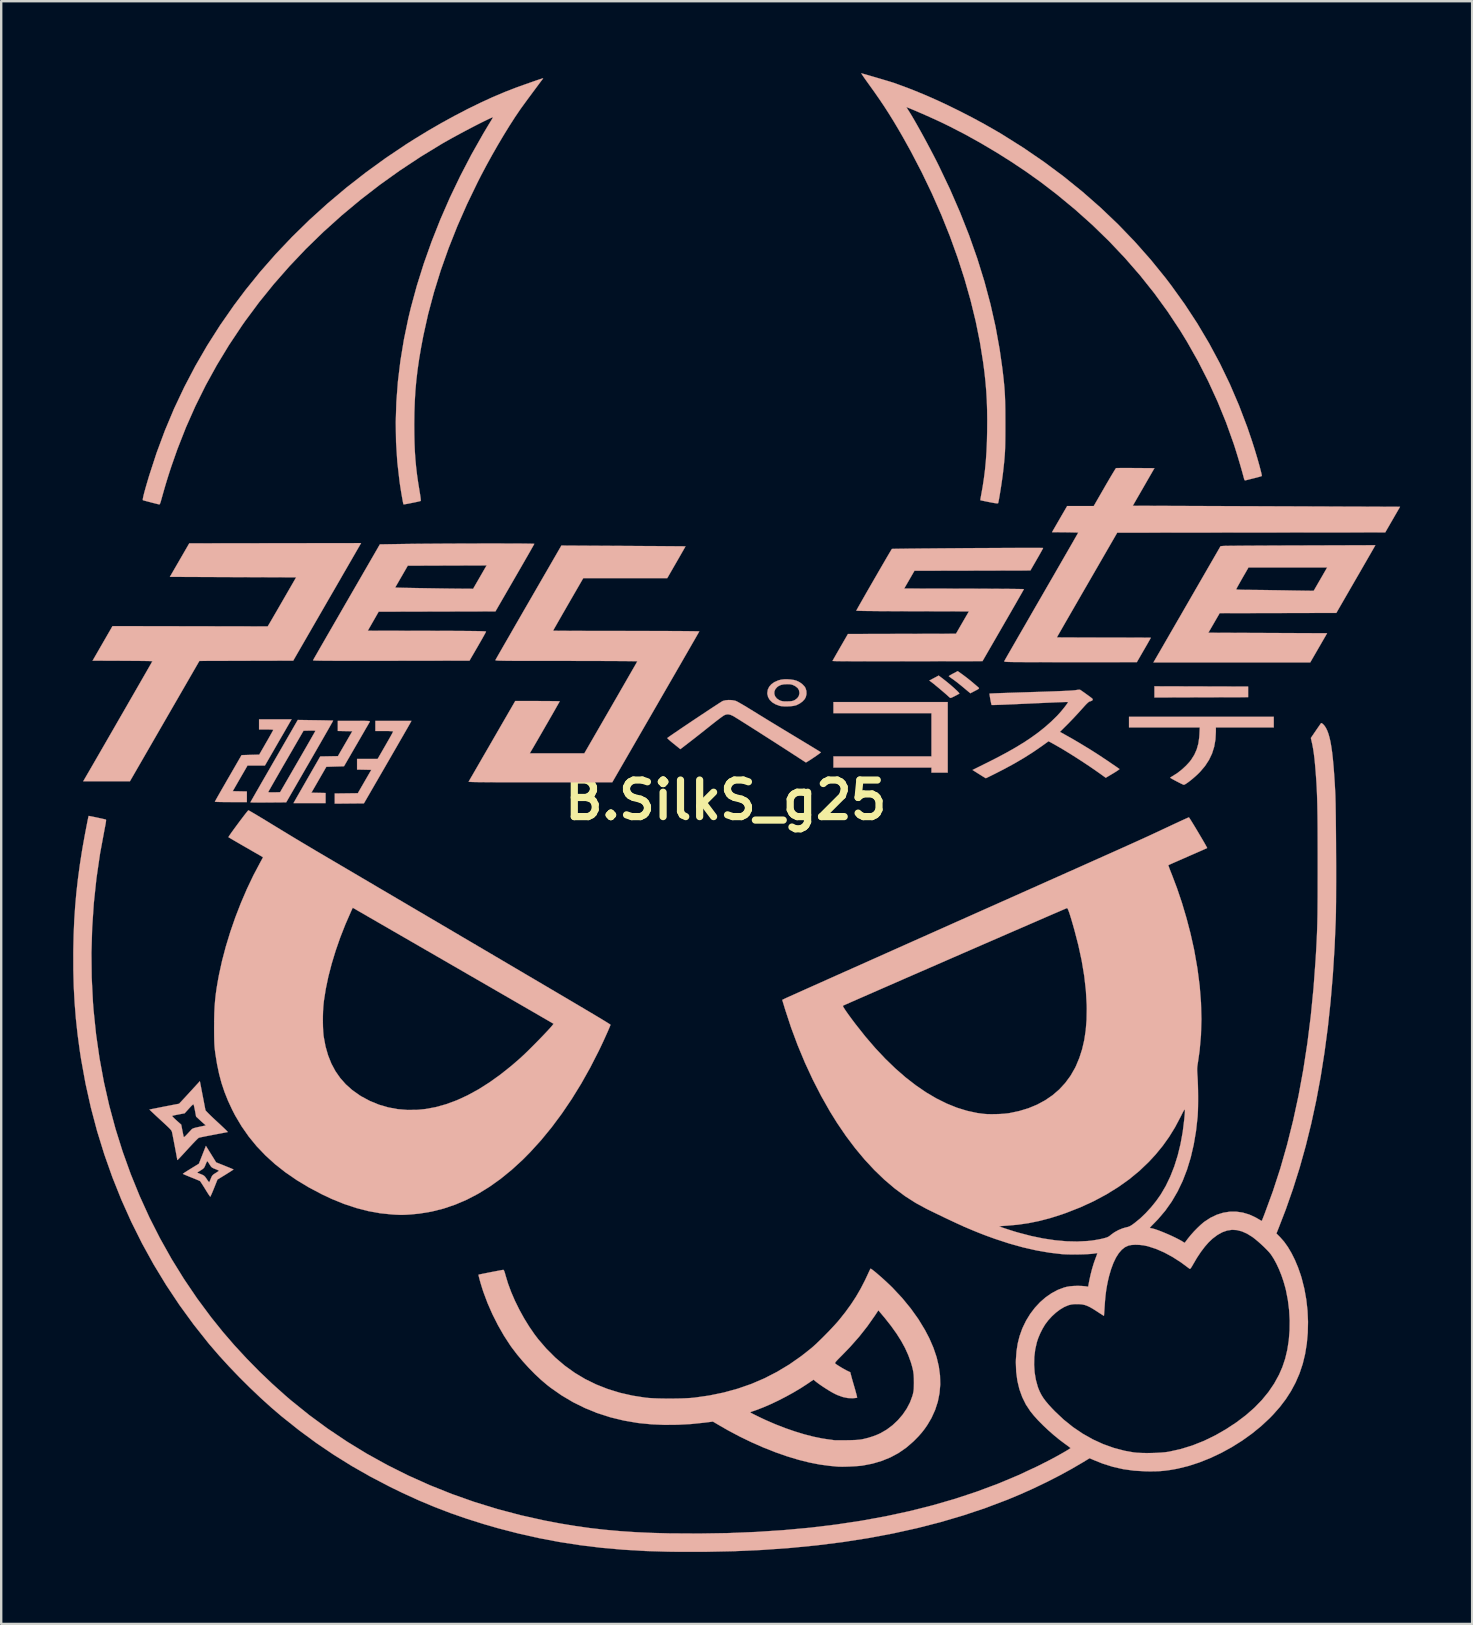
<source format=kicad_pcb>
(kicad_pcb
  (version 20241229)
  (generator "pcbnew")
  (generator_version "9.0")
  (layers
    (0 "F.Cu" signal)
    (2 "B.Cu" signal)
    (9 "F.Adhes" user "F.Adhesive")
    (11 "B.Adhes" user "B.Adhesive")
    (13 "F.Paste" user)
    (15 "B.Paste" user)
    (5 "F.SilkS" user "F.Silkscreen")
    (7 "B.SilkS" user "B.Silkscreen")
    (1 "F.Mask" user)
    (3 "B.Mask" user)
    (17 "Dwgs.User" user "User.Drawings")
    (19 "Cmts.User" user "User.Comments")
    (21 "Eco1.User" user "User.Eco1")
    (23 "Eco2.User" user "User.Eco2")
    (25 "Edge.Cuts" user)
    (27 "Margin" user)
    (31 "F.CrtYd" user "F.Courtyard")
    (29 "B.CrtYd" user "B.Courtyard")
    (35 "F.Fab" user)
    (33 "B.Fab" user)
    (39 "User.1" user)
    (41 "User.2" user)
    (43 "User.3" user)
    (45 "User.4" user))
  (footprint "B.SilkS_g25"
    (layer "F.Cu")
    (at 27.199 30.295)
    (property "Reference" "B.SilkS_g25" (at 0 0 0) (layer "F.SilkS") (effects (font (size 1.524 1.524) (thickness 0.3))))
    (attr through_hole)
    (fp_poly (pts (xy 21.77 -4.731) (xy 21.77 -4.286) (xy 19.817 -4.281) (xy 17.865 -4.275) (xy 17.865 -4.742) (xy 21.77 -4.731)) (stroke (width 0.01) (type solid)) (fill yes) (layer "B.SilkS"))
    (fp_poly (pts (xy 9.25 -1.143) (xy 8.572 -1.143) (xy 8.572 -1.355) (xy 4.487 -1.355) (xy 4.487 -1.82) (xy 8.572 -1.82) (xy 8.572 -3.619) (xy 4.487 -3.619) (xy 4.487 -4.085) (xy 9.25 -4.085) (xy 9.25 -1.143)) (stroke (width 0.01) (type solid)) (fill yes) (layer "B.SilkS"))
    (fp_poly (pts (xy 9.872 -5.228) (xy 10.028 -5.111) (xy 10.2 -4.975) (xy 10.392 -4.813) (xy 10.506 -4.715) (xy 10.537 -4.688) (xy 10.553 -4.668) (xy 10.55 -4.648) (xy 10.524 -4.626) (xy 10.47 -4.595) (xy 10.384 -4.55) (xy 10.351 -4.533) (xy 10.192 -4.451) (xy 9.912 -4.686) (xy 9.804 -4.775) (xy 9.693 -4.864) (xy 9.588 -4.946) (xy 9.499 -5.012) (xy 9.463 -5.038) (xy 9.391 -5.088) (xy 9.334 -5.13) (xy 9.3 -5.158) (xy 9.294 -5.165) (xy 9.311 -5.178) (xy 9.358 -5.207) (xy 9.426 -5.246) (xy 9.48 -5.275) (xy 9.667 -5.374) (xy 9.872 -5.228)) (stroke (width 0.01) (type solid)) (fill yes) (layer "B.SilkS"))
    (fp_poly (pts (xy 9.073 -5.037) (xy 9.177 -4.955) (xy 9.285 -4.867) (xy 9.391 -4.777) (xy 9.491 -4.69) (xy 9.579 -4.609) (xy 9.652 -4.54) (xy 9.705 -4.485) (xy 9.733 -4.449) (xy 9.735 -4.438) (xy 9.701 -4.417) (xy 9.643 -4.385) (xy 9.572 -4.348) (xy 9.499 -4.311) (xy 9.433 -4.279) (xy 9.387 -4.259) (xy 9.371 -4.255) (xy 9.338 -4.269) (xy 9.296 -4.304) (xy 9.291 -4.31) (xy 9.257 -4.342) (xy 9.197 -4.396) (xy 9.117 -4.465) (xy 9.024 -4.545) (xy 8.923 -4.63) (xy 8.823 -4.714) (xy 8.728 -4.792) (xy 8.646 -4.859) (xy 8.583 -4.908) (xy 8.555 -4.93) (xy 8.484 -4.98) (xy 8.872 -5.189) (xy 9.073 -5.037)) (stroke (width 0.01) (type solid)) (fill yes) (layer "B.SilkS"))
    (fp_poly (pts (xy -13.143 -3.223) (xy -13.16 -3.193) (xy -13.196 -3.129) (xy -13.25 -3.034) (xy -13.321 -2.911) (xy -13.407 -2.762) (xy -13.505 -2.591) (xy -13.616 -2.399) (xy -13.736 -2.19) (xy -13.866 -1.966) (xy -14.001 -1.731) (xy -14.133 -1.503) (xy -15.082 0.138) (xy -16.298 0.149) (xy -16.298 -0.274) (xy -15.336 -0.286) (xy -15.055 -0.773) (xy -14.774 -1.259) (xy -15.367 -1.271) (xy -15.367 -1.714) (xy -14.938 -1.715) (xy -14.51 -1.715) (xy -14.187 -2.275) (xy -14.107 -2.415) (xy -14.033 -2.544) (xy -13.97 -2.656) (xy -13.919 -2.748) (xy -13.884 -2.815) (xy -13.866 -2.851) (xy -13.864 -2.857) (xy -13.885 -2.866) (xy -13.948 -2.872) (xy -14.051 -2.877) (xy -14.195 -2.879) (xy -14.235 -2.879) (xy -14.605 -2.879) (xy -14.605 -3.302) (xy -13.101 -3.302) (xy -13.143 -3.223)) (stroke (width 0.01) (type solid)) (fill yes) (layer "B.SilkS"))
    (fp_poly (pts (xy 22.839 -3.027) (xy 20.426 -3.027) (xy 20.426 -2.852) (xy 20.409 -2.527) (xy 20.356 -2.223) (xy 20.267 -1.94) (xy 20.139 -1.672) (xy 19.974 -1.419) (xy 19.768 -1.176) (xy 19.671 -1.079) (xy 19.569 -0.985) (xy 19.464 -0.894) (xy 19.361 -0.81) (xy 19.266 -0.738) (xy 19.185 -0.682) (xy 19.123 -0.646) (xy 19.089 -0.636) (xy 19.061 -0.646) (xy 19.003 -0.672) (xy 18.923 -0.711) (xy 18.828 -0.76) (xy 18.791 -0.779) (xy 18.695 -0.83) (xy 18.615 -0.874) (xy 18.556 -0.908) (xy 18.525 -0.928) (xy 18.522 -0.931) (xy 18.539 -0.946) (xy 18.583 -0.976) (xy 18.643 -1.011) (xy 18.829 -1.131) (xy 19.014 -1.277) (xy 19.187 -1.437) (xy 19.337 -1.601) (xy 19.401 -1.685) (xy 19.531 -1.893) (xy 19.628 -2.112) (xy 19.695 -2.35) (xy 19.733 -2.612) (xy 19.742 -2.746) (xy 19.755 -3.027) (xy 16.806 -3.027) (xy 16.806 -3.471) (xy 22.839 -3.471) (xy 22.839 -3.027)) (stroke (width 0.01) (type solid)) (fill yes) (layer "B.SilkS"))
    (fp_poly (pts (xy -15.306 -3.302) (xy -15.157 -3.301) (xy -15.042 -3.3) (xy -14.957 -3.298) (xy -14.898 -3.295) (xy -14.86 -3.291) (xy -14.84 -3.285) (xy -14.833 -3.277) (xy -14.835 -3.268) (xy -14.836 -3.265) (xy -14.851 -3.24) (xy -14.884 -3.182) (xy -14.935 -3.094) (xy -15.001 -2.981) (xy -15.079 -2.846) (xy -15.167 -2.693) (xy -15.265 -2.525) (xy -15.368 -2.346) (xy -15.385 -2.318) (xy -15.912 -1.408) (xy -16.28 -1.397) (xy -16.648 -1.386) (xy -16.959 -0.847) (xy -17.271 -0.307) (xy -16.975 -0.301) (xy -16.679 -0.295) (xy -16.679 0.127) (xy -18.016 0.127) (xy -17.935 -0.017) (xy -17.907 -0.066) (xy -17.861 -0.147) (xy -17.799 -0.255) (xy -17.724 -0.387) (xy -17.638 -0.536) (xy -17.544 -0.7) (xy -17.445 -0.873) (xy -17.378 -0.99) (xy -16.902 -1.818) (xy -16.166 -1.831) (xy -15.866 -2.349) (xy -15.566 -2.868) (xy -15.869 -2.874) (xy -16.171 -2.88) (xy -16.171 -3.302) (xy -15.493 -3.302) (xy -15.306 -3.302)) (stroke (width 0.01) (type solid)) (fill yes) (layer "B.SilkS"))
    (fp_poly (pts (xy -18.155 -3.264) (xy -18.178 -3.225) (xy -18.219 -3.153) (xy -18.277 -3.053) (xy -18.348 -2.929) (xy -18.431 -2.785) (xy -18.524 -2.625) (xy -18.623 -2.454) (xy -18.711 -2.301) (xy -19.208 -1.439) (xy -19.933 -1.439) (xy -20.242 -0.905) (xy -20.55 -0.37) (xy -20.255 -0.365) (xy -19.96 -0.359) (xy -19.96 0.085) (xy -20.627 0.085) (xy -20.79 0.084) (xy -20.939 0.083) (xy -21.068 0.081) (xy -21.173 0.078) (xy -21.248 0.075) (xy -21.288 0.071) (xy -21.294 0.069) (xy -21.283 0.048) (xy -21.254 -0.006) (xy -21.207 -0.09) (xy -21.145 -0.2) (xy -21.069 -0.333) (xy -20.982 -0.485) (xy -20.885 -0.653) (xy -20.782 -0.833) (xy -20.737 -0.91) (xy -20.181 -1.873) (xy -19.812 -1.884) (xy -19.444 -1.894) (xy -19.152 -2.402) (xy -19.075 -2.535) (xy -19.007 -2.656) (xy -18.948 -2.761) (xy -18.902 -2.844) (xy -18.872 -2.9) (xy -18.86 -2.925) (xy -18.86 -2.926) (xy -18.879 -2.932) (xy -18.934 -2.937) (xy -19.016 -2.94) (xy -19.117 -2.942) (xy -19.156 -2.942) (xy -19.452 -2.942) (xy -19.452 -3.365) (xy -18.097 -3.365) (xy -18.155 -3.264)) (stroke (width 0.01) (type solid)) (fill yes) (layer "B.SilkS"))
    (fp_poly (pts (xy 2.706 -5.025) (xy 2.84 -5.005) (xy 2.947 -4.975) (xy 2.948 -4.975) (xy 3.079 -4.911) (xy 3.194 -4.827) (xy 3.284 -4.732) (xy 3.323 -4.668) (xy 3.36 -4.548) (xy 3.364 -4.419) (xy 3.336 -4.295) (xy 3.29 -4.209) (xy 3.202 -4.112) (xy 3.085 -4.026) (xy 2.956 -3.96) (xy 2.914 -3.946) (xy 2.817 -3.924) (xy 2.694 -3.909) (xy 2.561 -3.903) (xy 2.431 -3.904) (xy 2.317 -3.913) (xy 2.249 -3.926) (xy 2.075 -3.99) (xy 1.935 -4.074) (xy 1.831 -4.176) (xy 1.762 -4.296) (xy 1.736 -4.417) (xy 2.024 -4.417) (xy 2.059 -4.32) (xy 2.129 -4.233) (xy 2.221 -4.17) (xy 2.286 -4.14) (xy 2.35 -4.122) (xy 2.427 -4.113) (xy 2.529 -4.112) (xy 2.582 -4.113) (xy 2.686 -4.117) (xy 2.76 -4.126) (xy 2.817 -4.142) (xy 2.871 -4.167) (xy 2.878 -4.17) (xy 2.98 -4.246) (xy 3.044 -4.339) (xy 3.069 -4.449) (xy 3.069 -4.466) (xy 3.053 -4.572) (xy 3.003 -4.661) (xy 2.916 -4.735) (xy 2.854 -4.77) (xy 2.78 -4.803) (xy 2.712 -4.821) (xy 2.633 -4.829) (xy 2.568 -4.83) (xy 2.419 -4.823) (xy 2.3 -4.798) (xy 2.201 -4.752) (xy 2.138 -4.705) (xy 2.063 -4.617) (xy 2.025 -4.518) (xy 2.024 -4.417) (xy 1.736 -4.417) (xy 1.733 -4.43) (xy 1.731 -4.466) (xy 1.751 -4.602) (xy 1.81 -4.724) (xy 1.904 -4.831) (xy 2.03 -4.919) (xy 2.186 -4.987) (xy 2.307 -5.019) (xy 2.424 -5.033) (xy 2.563 -5.035) (xy 2.706 -5.025)) (stroke (width 0.01) (type solid)) (fill yes) (layer "B.SilkS"))
    (fp_poly (pts (xy -15.483 -10.218) (xy -15.534 -10.131) (xy -15.603 -10.01) (xy -15.691 -9.859) (xy -15.793 -9.681) (xy -15.91 -9.48) (xy -16.038 -9.257) (xy -16.176 -9.018) (xy -16.322 -8.765) (xy -16.475 -8.501) (xy -16.632 -8.229) (xy -16.791 -7.953) (xy -16.898 -7.768) (xy -18.028 -5.81) (xy -19.984 -5.805) (xy -21.939 -5.799) (xy -23.387 -3.291) (xy -24.834 -0.783) (xy -26.78 -0.783) (xy -26.728 -0.873) (xy -26.641 -1.023) (xy -26.541 -1.195) (xy -26.429 -1.389) (xy -26.307 -1.6) (xy -26.176 -1.827) (xy -26.037 -2.067) (xy -25.892 -2.318) (xy -25.743 -2.577) (xy -25.59 -2.842) (xy -25.436 -3.11) (xy -25.282 -3.378) (xy -25.128 -3.644) (xy -24.977 -3.906) (xy -24.831 -4.161) (xy -24.689 -4.407) (xy -24.555 -4.64) (xy -24.429 -4.859) (xy -24.313 -5.061) (xy -24.208 -5.244) (xy -24.116 -5.404) (xy -24.038 -5.54) (xy -23.976 -5.649) (xy -23.931 -5.728) (xy -23.904 -5.775) (xy -23.897 -5.788) (xy -23.918 -5.79) (xy -23.977 -5.792) (xy -24.071 -5.795) (xy -24.196 -5.797) (xy -24.349 -5.799) (xy -24.526 -5.801) (xy -24.723 -5.802) (xy -24.937 -5.804) (xy -25.144 -5.805) (xy -26.39 -5.81) (xy -25.975 -6.53) (xy -25.56 -7.25) (xy -22.327 -7.244) (xy -19.094 -7.238) (xy -19.063 -7.286) (xy -19.046 -7.313) (xy -19.011 -7.374) (xy -18.958 -7.463) (xy -18.891 -7.579) (xy -18.811 -7.717) (xy -18.72 -7.873) (xy -18.621 -8.045) (xy -18.515 -8.228) (xy -18.469 -8.308) (xy -17.907 -9.282) (xy -20.538 -9.292) (xy -23.169 -9.303) (xy -22.361 -10.7) (xy -15.2 -10.71) (xy -15.483 -10.218)) (stroke (width 0.01) (type solid)) (fill yes) (layer "B.SilkS"))
    (fp_poly (pts (xy -17.105 -3.328) (xy -16.933 -3.326) (xy -16.776 -3.323) (xy -16.636 -3.32) (xy -16.521 -3.317) (xy -16.434 -3.315) (xy -16.381 -3.313) (xy -16.365 -3.311) (xy -16.374 -3.293) (xy -16.403 -3.24) (xy -16.451 -3.155) (xy -16.515 -3.042) (xy -16.594 -2.902) (xy -16.688 -2.738) (xy -16.794 -2.553) (xy -16.91 -2.35) (xy -17.037 -2.13) (xy -17.171 -1.896) (xy -17.312 -1.652) (xy -17.339 -1.605) (xy -18.321 0.095) (xy -19.067 0.101) (xy -19.239 0.102) (xy -19.398 0.102) (xy -19.538 0.102) (xy -19.654 0.1) (xy -19.741 0.099) (xy -19.796 0.096) (xy -19.812 0.094) (xy -19.802 0.074) (xy -19.772 0.02) (xy -19.723 -0.065) (xy -19.658 -0.179) (xy -19.578 -0.32) (xy -19.57 -0.333) (xy -19.07 -0.333) (xy -19.051 -0.327) (xy -18.997 -0.323) (xy -18.918 -0.321) (xy -18.823 -0.322) (xy -18.575 -0.328) (xy -17.84 -1.598) (xy -17.717 -1.811) (xy -17.601 -2.012) (xy -17.492 -2.201) (xy -17.394 -2.372) (xy -17.307 -2.524) (xy -17.233 -2.653) (xy -17.174 -2.757) (xy -17.132 -2.832) (xy -17.109 -2.875) (xy -17.104 -2.885) (xy -17.123 -2.891) (xy -17.177 -2.895) (xy -17.256 -2.896) (xy -17.351 -2.895) (xy -17.599 -2.889) (xy -18.334 -1.619) (xy -18.457 -1.407) (xy -18.573 -1.205) (xy -18.681 -1.017) (xy -18.78 -0.845) (xy -18.867 -0.693) (xy -18.941 -0.564) (xy -18.999 -0.461) (xy -19.042 -0.386) (xy -19.065 -0.342) (xy -19.07 -0.333) (xy -19.57 -0.333) (xy -19.483 -0.484) (xy -19.377 -0.67) (xy -19.259 -0.875) (xy -19.132 -1.095) (xy -18.997 -1.329) (xy -18.856 -1.575) (xy -18.825 -1.628) (xy -17.838 -3.339) (xy -17.105 -3.328)) (stroke (width 0.01) (type solid)) (fill yes) (layer "B.SilkS"))
    (fp_poly (pts (xy 27.042 -10.566) (xy 27.026 -10.538) (xy 26.992 -10.478) (xy 26.939 -10.386) (xy 26.871 -10.267) (xy 26.788 -10.124) (xy 26.693 -9.958) (xy 26.587 -9.775) (xy 26.472 -9.575) (xy 26.35 -9.363) (xy 26.229 -9.155) (xy 25.447 -7.8) (xy 23.016 -7.794) (xy 20.585 -7.789) (xy 20.349 -7.382) (xy 20.113 -6.974) (xy 22.587 -6.964) (xy 25.062 -6.953) (xy 24.711 -6.345) (xy 24.359 -5.736) (xy 17.824 -5.736) (xy 18.041 -6.112) (xy 18.082 -6.181) (xy 18.141 -6.284) (xy 18.219 -6.418) (xy 18.312 -6.58) (xy 18.42 -6.767) (xy 18.54 -6.976) (xy 18.672 -7.204) (xy 18.813 -7.448) (xy 18.962 -7.705) (xy 19.116 -7.973) (xy 19.275 -8.248) (xy 19.436 -8.528) (xy 19.44 -8.534) (xy 19.583 -8.782) (xy 21.273 -8.782) (xy 21.293 -8.777) (xy 21.35 -8.771) (xy 21.44 -8.767) (xy 21.557 -8.763) (xy 21.697 -8.761) (xy 21.796 -8.76) (xy 21.947 -8.759) (xy 22.131 -8.757) (xy 22.337 -8.755) (xy 22.557 -8.752) (xy 22.78 -8.748) (xy 22.997 -8.745) (xy 23.114 -8.743) (xy 23.309 -8.74) (xy 23.503 -8.736) (xy 23.69 -8.733) (xy 23.862 -8.73) (xy 24.012 -8.728) (xy 24.133 -8.726) (xy 24.205 -8.725) (xy 24.503 -8.721) (xy 24.744 -9.139) (xy 24.816 -9.263) (xy 24.883 -9.379) (xy 24.941 -9.48) (xy 24.987 -9.56) (xy 25.018 -9.613) (xy 25.025 -9.626) (xy 25.066 -9.694) (xy 21.786 -9.694) (xy 21.529 -9.248) (xy 21.458 -9.123) (xy 21.394 -9.01) (xy 21.341 -8.914) (xy 21.301 -8.841) (xy 21.278 -8.795) (xy 21.273 -8.782) (xy 19.583 -8.782) (xy 20.621 -10.581) (xy 20.751 -10.592) (xy 20.787 -10.593) (xy 20.863 -10.595) (xy 20.976 -10.596) (xy 21.125 -10.598) (xy 21.305 -10.599) (xy 21.516 -10.601) (xy 21.754 -10.603) (xy 22.017 -10.604) (xy 22.303 -10.606) (xy 22.608 -10.607) (xy 22.931 -10.609) (xy 23.27 -10.61) (xy 23.621 -10.611) (xy 23.976 -10.612) (xy 27.071 -10.622) (xy 27.042 -10.566)) (stroke (width 0.01) (type solid)) (fill yes) (layer "B.SilkS"))
    (fp_poly (pts (xy -21.598 14.525) (xy -21.559 14.588) (xy -21.505 14.675) (xy -21.443 14.774) (xy -21.385 14.868) (xy -21.241 15.1) (xy -20.883 15.243) (xy -20.769 15.29) (xy -20.669 15.33) (xy -20.59 15.363) (xy -20.537 15.386) (xy -20.518 15.395) (xy -20.533 15.408) (xy -20.578 15.439) (xy -20.649 15.485) (xy -20.74 15.542) (xy -20.845 15.608) (xy -20.848 15.61) (xy -21.186 15.817) (xy -21.328 16.174) (xy -21.375 16.288) (xy -21.416 16.387) (xy -21.451 16.464) (xy -21.475 16.515) (xy -21.486 16.531) (xy -21.502 16.514) (xy -21.535 16.466) (xy -21.583 16.394) (xy -21.641 16.303) (xy -21.694 16.216) (xy -21.759 16.112) (xy -21.817 16.02) (xy -21.865 15.946) (xy -21.899 15.897) (xy -21.913 15.88) (xy -21.941 15.866) (xy -22.001 15.84) (xy -22.086 15.804) (xy -22.19 15.762) (xy -22.283 15.725) (xy -22.395 15.68) (xy -22.491 15.64) (xy -22.566 15.608) (xy -22.613 15.586) (xy -22.627 15.578) (xy -22.61 15.564) (xy -22.562 15.532) (xy -22.556 15.528) (xy -22.036 15.528) (xy -21.882 15.59) (xy -21.802 15.624) (xy -21.747 15.656) (xy -21.705 15.696) (xy -21.66 15.756) (xy -21.634 15.796) (xy -21.59 15.86) (xy -21.554 15.907) (xy -21.532 15.927) (xy -21.529 15.927) (xy -21.515 15.902) (xy -21.492 15.849) (xy -21.463 15.779) (xy -21.46 15.773) (xy -21.429 15.698) (xy -21.398 15.648) (xy -21.358 15.608) (xy -21.296 15.566) (xy -21.265 15.547) (xy -21.199 15.505) (xy -21.149 15.471) (xy -21.126 15.451) (xy -21.125 15.449) (xy -21.143 15.436) (xy -21.191 15.413) (xy -21.26 15.384) (xy -21.279 15.377) (xy -21.358 15.345) (xy -21.411 15.316) (xy -21.451 15.279) (xy -21.489 15.224) (xy -21.514 15.184) (xy -21.555 15.119) (xy -21.589 15.071) (xy -21.609 15.05) (xy -21.61 15.05) (xy -21.625 15.068) (xy -21.649 15.116) (xy -21.678 15.184) (xy -21.683 15.196) (xy -21.714 15.271) (xy -21.743 15.322) (xy -21.781 15.362) (xy -21.839 15.404) (xy -21.888 15.435) (xy -22.036 15.528) (xy -22.556 15.528) (xy -22.49 15.484) (xy -22.398 15.426) (xy -22.294 15.362) (xy -21.96 15.157) (xy -21.667 14.413) (xy -21.598 14.525)) (stroke (width 0.01) (type solid)) (fill yes) (layer "B.SilkS"))
    (fp_poly (pts (xy 0.255 -4.165) (xy 0.377 -4.144) (xy 0.42 -4.131) (xy 0.467 -4.109) (xy 0.543 -4.068) (xy 0.642 -4.011) (xy 0.759 -3.943) (xy 0.886 -3.867) (xy 0.987 -3.805) (xy 1.185 -3.683) (xy 1.368 -3.57) (xy 1.542 -3.464) (xy 1.712 -3.359) (xy 1.884 -3.254) (xy 2.064 -3.145) (xy 2.256 -3.028) (xy 2.467 -2.9) (xy 2.701 -2.759) (xy 2.966 -2.599) (xy 3.037 -2.556) (xy 3.216 -2.448) (xy 3.384 -2.346) (xy 3.537 -2.253) (xy 3.672 -2.171) (xy 3.786 -2.102) (xy 3.875 -2.047) (xy 3.935 -2.01) (xy 3.963 -1.991) (xy 3.965 -1.99) (xy 3.952 -1.976) (xy 3.91 -1.943) (xy 3.846 -1.897) (xy 3.767 -1.841) (xy 3.679 -1.781) (xy 3.589 -1.721) (xy 3.503 -1.665) (xy 3.429 -1.618) (xy 3.373 -1.584) (xy 3.342 -1.568) (xy 3.339 -1.568) (xy 3.32 -1.579) (xy 3.272 -1.61) (xy 3.2 -1.657) (xy 3.109 -1.716) (xy 3.006 -1.783) (xy 2.836 -1.893) (xy 2.652 -2.013) (xy 2.455 -2.14) (xy 2.249 -2.272) (xy 2.039 -2.408) (xy 1.826 -2.544) (xy 1.614 -2.679) (xy 1.407 -2.812) (xy 1.208 -2.938) (xy 1.02 -3.058) (xy 0.846 -3.168) (xy 0.69 -3.266) (xy 0.556 -3.351) (xy 0.445 -3.419) (xy 0.363 -3.47) (xy 0.311 -3.501) (xy 0.3 -3.507) (xy 0.189 -3.556) (xy 0.094 -3.574) (xy 0.005 -3.563) (xy -0.07 -3.532) (xy -0.108 -3.507) (xy -0.175 -3.46) (xy -0.265 -3.393) (xy -0.373 -3.311) (xy -0.494 -3.217) (xy -0.623 -3.115) (xy -0.667 -3.08) (xy -0.816 -2.961) (xy -0.976 -2.834) (xy -1.137 -2.707) (xy -1.291 -2.586) (xy -1.429 -2.479) (xy -1.534 -2.398) (xy -1.893 -2.122) (xy -2.172 -2.347) (xy -2.263 -2.421) (xy -2.34 -2.487) (xy -2.398 -2.539) (xy -2.432 -2.573) (xy -2.438 -2.585) (xy -2.407 -2.608) (xy -2.345 -2.653) (xy -2.255 -2.715) (xy -2.142 -2.793) (xy -2.009 -2.883) (xy -1.86 -2.985) (xy -1.698 -3.094) (xy -1.527 -3.209) (xy -1.351 -3.327) (xy -1.173 -3.445) (xy -0.998 -3.562) (xy -0.829 -3.674) (xy -0.669 -3.78) (xy -0.523 -3.876) (xy -0.394 -3.96) (xy -0.285 -4.031) (xy -0.201 -4.084) (xy -0.145 -4.119) (xy -0.122 -4.131) (xy -0.012 -4.159) (xy 0.119 -4.17) (xy 0.255 -4.165)) (stroke (width 0.01) (type solid)) (fill yes) (layer "B.SilkS"))
    (fp_poly (pts (xy 12.945 -10.51) (xy 13.07 -10.51) (xy 13.16 -10.509) (xy 13.213 -10.507) (xy 13.226 -10.506) (xy 13.218 -10.487) (xy 13.192 -10.436) (xy 13.149 -10.359) (xy 13.094 -10.26) (xy 13.028 -10.144) (xy 12.965 -10.034) (xy 12.696 -9.568) (xy 10.28 -9.562) (xy 7.864 -9.557) (xy 7.65 -9.186) (xy 7.436 -8.816) (xy 9.93 -8.811) (xy 10.251 -8.81) (xy 10.561 -8.809) (xy 10.855 -8.807) (xy 11.132 -8.806) (xy 11.39 -8.804) (xy 11.625 -8.803) (xy 11.835 -8.801) (xy 12.017 -8.799) (xy 12.169 -8.797) (xy 12.288 -8.795) (xy 12.371 -8.793) (xy 12.416 -8.791) (xy 12.424 -8.789) (xy 12.414 -8.769) (xy 12.384 -8.715) (xy 12.336 -8.629) (xy 12.271 -8.516) (xy 12.191 -8.376) (xy 12.099 -8.214) (xy 11.994 -8.032) (xy 11.879 -7.832) (xy 11.756 -7.618) (xy 11.625 -7.392) (xy 11.561 -7.281) (xy 10.699 -5.789) (xy 7.57 -5.784) (xy 7.118 -5.783) (xy 6.697 -5.783) (xy 6.31 -5.783) (xy 5.957 -5.783) (xy 5.639 -5.784) (xy 5.356 -5.785) (xy 5.11 -5.786) (xy 4.902 -5.787) (xy 4.731 -5.789) (xy 4.6 -5.791) (xy 4.509 -5.794) (xy 4.459 -5.796) (xy 4.449 -5.799) (xy 4.46 -5.821) (xy 4.491 -5.876) (xy 4.537 -5.958) (xy 4.597 -6.063) (xy 4.667 -6.185) (xy 4.745 -6.321) (xy 4.773 -6.37) (xy 5.091 -6.921) (xy 9.594 -6.932) (xy 9.863 -7.398) (xy 10.133 -7.863) (xy 7.786 -7.869) (xy 7.421 -7.87) (xy 7.082 -7.871) (xy 6.77 -7.873) (xy 6.486 -7.874) (xy 6.233 -7.877) (xy 6.012 -7.879) (xy 5.825 -7.881) (xy 5.672 -7.884) (xy 5.557 -7.887) (xy 5.48 -7.89) (xy 5.443 -7.893) (xy 5.44 -7.894) (xy 5.45 -7.915) (xy 5.48 -7.969) (xy 5.526 -8.052) (xy 5.588 -8.162) (xy 5.663 -8.293) (xy 5.748 -8.443) (xy 5.842 -8.608) (xy 5.943 -8.784) (xy 6.049 -8.967) (xy 6.157 -9.155) (xy 6.266 -9.344) (xy 6.373 -9.529) (xy 6.476 -9.707) (xy 6.574 -9.875) (xy 6.663 -10.029) (xy 6.743 -10.166) (xy 6.811 -10.281) (xy 6.865 -10.372) (xy 6.902 -10.434) (xy 6.921 -10.464) (xy 6.923 -10.466) (xy 6.945 -10.468) (xy 7.007 -10.47) (xy 7.106 -10.472) (xy 7.238 -10.474) (xy 7.402 -10.476) (xy 7.593 -10.479) (xy 7.81 -10.481) (xy 8.049 -10.484) (xy 8.308 -10.486) (xy 8.583 -10.488) (xy 8.873 -10.491) (xy 9.173 -10.493) (xy 9.482 -10.495) (xy 9.796 -10.498) (xy 10.112 -10.5) (xy 10.428 -10.502) (xy 10.741 -10.503) (xy 11.048 -10.505) (xy 11.346 -10.506) (xy 11.632 -10.508) (xy 11.904 -10.509) (xy 12.159 -10.51) (xy 12.393 -10.51) (xy 12.604 -10.51) (xy 12.789 -10.51) (xy 12.945 -10.51)) (stroke (width 0.01) (type solid)) (fill yes) (layer "B.SilkS"))
    (fp_poly (pts (xy -9.49 -10.694) (xy -9.225 -10.693) (xy -8.977 -10.693) (xy -8.751 -10.692) (xy -8.548 -10.691) (xy -8.371 -10.689) (xy -8.224 -10.687) (xy -8.109 -10.685) (xy -8.029 -10.683) (xy -7.987 -10.68) (xy -7.981 -10.679) (xy -7.992 -10.657) (xy -8.022 -10.602) (xy -8.071 -10.516) (xy -8.135 -10.402) (xy -8.214 -10.263) (xy -8.307 -10.102) (xy -8.411 -9.921) (xy -8.524 -9.724) (xy -8.646 -9.513) (xy -8.774 -9.291) (xy -8.792 -9.26) (xy -9.6 -7.863) (xy -12.034 -7.857) (xy -14.467 -7.851) (xy -14.694 -7.455) (xy -14.92 -7.059) (xy -12.455 -7.054) (xy -12.066 -7.053) (xy -11.717 -7.052) (xy -11.407 -7.051) (xy -11.133 -7.049) (xy -10.895 -7.048) (xy -10.688 -7.046) (xy -10.513 -7.044) (xy -10.367 -7.042) (xy -10.248 -7.04) (xy -10.154 -7.037) (xy -10.084 -7.034) (xy -10.034 -7.031) (xy -10.005 -7.027) (xy -9.992 -7.023) (xy -9.992 -7.022) (xy -10.002 -6.998) (xy -10.032 -6.942) (xy -10.078 -6.858) (xy -10.137 -6.752) (xy -10.208 -6.627) (xy -10.288 -6.489) (xy -10.337 -6.403) (xy -10.682 -5.81) (xy -13.947 -5.805) (xy -14.397 -5.804) (xy -14.805 -5.804) (xy -15.175 -5.803) (xy -15.508 -5.803) (xy -15.804 -5.804) (xy -16.067 -5.804) (xy -16.298 -5.805) (xy -16.498 -5.806) (xy -16.669 -5.807) (xy -16.813 -5.808) (xy -16.932 -5.81) (xy -17.026 -5.812) (xy -17.099 -5.814) (xy -17.151 -5.817) (xy -17.184 -5.82) (xy -17.201 -5.824) (xy -17.203 -5.826) (xy -17.191 -5.847) (xy -17.159 -5.903) (xy -17.109 -5.991) (xy -17.041 -6.109) (xy -16.958 -6.255) (xy -16.859 -6.427) (xy -16.746 -6.623) (xy -16.621 -6.84) (xy -16.485 -7.076) (xy -16.339 -7.329) (xy -16.184 -7.597) (xy -16.022 -7.878) (xy -15.854 -8.17) (xy -15.805 -8.255) (xy -15.456 -8.858) (xy -13.779 -8.858) (xy -13.647 -8.852) (xy -13.592 -8.85) (xy -13.499 -8.848) (xy -13.373 -8.845) (xy -13.22 -8.842) (xy -13.043 -8.839) (xy -12.848 -8.835) (xy -12.64 -8.832) (xy -12.423 -8.828) (xy -12.202 -8.825) (xy -11.983 -8.821) (xy -11.769 -8.818) (xy -11.566 -8.815) (xy -11.378 -8.813) (xy -11.21 -8.811) (xy -11.068 -8.81) (xy -10.996 -8.809) (xy -10.53 -8.806) (xy -10.308 -9.191) (xy -10.237 -9.314) (xy -10.17 -9.43) (xy -10.11 -9.534) (xy -10.062 -9.617) (xy -10.031 -9.672) (xy -10.027 -9.678) (xy -9.968 -9.779) (xy -11.611 -9.774) (xy -13.254 -9.768) (xy -13.516 -9.313) (xy -13.779 -8.858) (xy -15.456 -8.858) (xy -14.417 -10.657) (xy -13.49 -10.672) (xy -13.273 -10.675) (xy -13.035 -10.678) (xy -12.777 -10.681) (xy -12.503 -10.683) (xy -12.215 -10.685) (xy -11.917 -10.687) (xy -11.611 -10.689) (xy -11.3 -10.69) (xy -10.987 -10.692) (xy -10.674 -10.693) (xy -10.366 -10.693) (xy -10.064 -10.694) (xy -9.771 -10.694) (xy -9.49 -10.694)) (stroke (width 0.01) (type solid)) (fill yes) (layer "B.SilkS"))
    (fp_poly (pts (xy 16.885 -13.839) (xy 17.064 -13.838) (xy 17.077 -13.838) (xy 17.865 -13.832) (xy 17.414 -13.049) (xy 16.963 -12.266) (xy 20.975 -12.251) (xy 21.411 -12.249) (xy 21.852 -12.247) (xy 22.294 -12.246) (xy 22.733 -12.244) (xy 23.168 -12.242) (xy 23.593 -12.241) (xy 24.007 -12.239) (xy 24.405 -12.238) (xy 24.785 -12.236) (xy 25.143 -12.235) (xy 25.477 -12.234) (xy 25.781 -12.232) (xy 26.055 -12.231) (xy 26.293 -12.231) (xy 26.494 -12.23) (xy 26.544 -12.23) (xy 28.102 -12.224) (xy 27.793 -11.689) (xy 27.485 -11.155) (xy 21.9 -11.15) (xy 16.315 -11.144) (xy 15.058 -8.968) (xy 14.896 -8.688) (xy 14.741 -8.419) (xy 14.593 -8.162) (xy 14.454 -7.921) (xy 14.324 -7.696) (xy 14.206 -7.491) (xy 14.1 -7.307) (xy 14.009 -7.147) (xy 13.932 -7.013) (xy 13.871 -6.907) (xy 13.829 -6.833) (xy 13.805 -6.791) (xy 13.801 -6.782) (xy 13.821 -6.781) (xy 13.881 -6.78) (xy 13.978 -6.778) (xy 14.108 -6.777) (xy 14.268 -6.776) (xy 14.457 -6.776) (xy 14.669 -6.775) (xy 14.904 -6.774) (xy 15.157 -6.774) (xy 15.426 -6.773) (xy 15.708 -6.773) (xy 15.759 -6.773) (xy 16.042 -6.773) (xy 16.314 -6.773) (xy 16.57 -6.773) (xy 16.808 -6.772) (xy 17.025 -6.772) (xy 17.218 -6.771) (xy 17.383 -6.77) (xy 17.519 -6.769) (xy 17.621 -6.768) (xy 17.688 -6.767) (xy 17.716 -6.766) (xy 17.716 -6.766) (xy 17.706 -6.746) (xy 17.678 -6.695) (xy 17.633 -6.617) (xy 17.576 -6.516) (xy 17.508 -6.397) (xy 17.432 -6.266) (xy 17.424 -6.253) (xy 17.132 -5.747) (xy 14.763 -5.746) (xy 14.44 -5.746) (xy 14.123 -5.746) (xy 13.816 -5.746) (xy 13.52 -5.747) (xy 13.24 -5.747) (xy 12.98 -5.748) (xy 12.741 -5.748) (xy 12.528 -5.749) (xy 12.344 -5.75) (xy 12.192 -5.75) (xy 12.075 -5.751) (xy 11.998 -5.752) (xy 11.994 -5.752) (xy 11.852 -5.755) (xy 11.748 -5.758) (xy 11.676 -5.762) (xy 11.631 -5.768) (xy 11.61 -5.776) (xy 11.606 -5.787) (xy 11.606 -5.788) (xy 11.618 -5.809) (xy 11.65 -5.865) (xy 11.7 -5.954) (xy 11.768 -6.073) (xy 11.853 -6.22) (xy 11.953 -6.394) (xy 12.067 -6.592) (xy 12.193 -6.812) (xy 12.332 -7.052) (xy 12.481 -7.31) (xy 12.639 -7.585) (xy 12.805 -7.873) (xy 12.978 -8.173) (xy 13.154 -8.477) (xy 13.332 -8.786) (xy 13.505 -9.086) (xy 13.671 -9.373) (xy 13.828 -9.646) (xy 13.976 -9.902) (xy 14.113 -10.141) (xy 14.239 -10.359) (xy 14.352 -10.555) (xy 14.45 -10.726) (xy 14.533 -10.871) (xy 14.6 -10.988) (xy 14.649 -11.074) (xy 14.679 -11.127) (xy 14.69 -11.146) (xy 14.669 -11.148) (xy 14.612 -11.151) (xy 14.524 -11.153) (xy 14.411 -11.156) (xy 14.277 -11.158) (xy 14.143 -11.16) (xy 13.597 -11.165) (xy 13.912 -11.71) (xy 14.228 -12.255) (xy 15.336 -12.255) (xy 15.788 -13.04) (xy 15.884 -13.207) (xy 15.975 -13.361) (xy 16.057 -13.501) (xy 16.129 -13.621) (xy 16.188 -13.718) (xy 16.231 -13.788) (xy 16.258 -13.827) (xy 16.264 -13.834) (xy 16.29 -13.836) (xy 16.354 -13.838) (xy 16.45 -13.839) (xy 16.573 -13.839) (xy 16.72 -13.839) (xy 16.885 -13.839)) (stroke (width 0.01) (type solid)) (fill yes) (layer "B.SilkS"))
    (fp_poly (pts (xy 14.759 -4.599) (xy 14.764 -4.598) (xy 14.805 -4.572) (xy 14.868 -4.528) (xy 14.946 -4.474) (xy 15.03 -4.413) (xy 15.113 -4.353) (xy 15.188 -4.298) (xy 15.245 -4.254) (xy 15.278 -4.227) (xy 15.282 -4.223) (xy 15.295 -4.183) (xy 15.27 -4.148) (xy 15.211 -4.121) (xy 15.185 -4.115) (xy 15.156 -4.106) (xy 15.122 -4.085) (xy 15.079 -4.048) (xy 15.022 -3.993) (xy 14.948 -3.914) (xy 14.852 -3.807) (xy 14.82 -3.771) (xy 14.705 -3.643) (xy 14.573 -3.501) (xy 14.437 -3.357) (xy 14.308 -3.223) (xy 14.226 -3.141) (xy 13.926 -2.842) (xy 14.186 -2.698) (xy 14.366 -2.597) (xy 14.57 -2.479) (xy 14.788 -2.35) (xy 15.009 -2.216) (xy 15.223 -2.085) (xy 15.418 -1.961) (xy 15.483 -1.919) (xy 15.573 -1.861) (xy 15.679 -1.791) (xy 15.795 -1.713) (xy 15.915 -1.633) (xy 16.034 -1.552) (xy 16.146 -1.476) (xy 16.246 -1.408) (xy 16.326 -1.352) (xy 16.383 -1.312) (xy 16.409 -1.293) (xy 16.397 -1.278) (xy 16.354 -1.246) (xy 16.286 -1.2) (xy 16.199 -1.145) (xy 16.131 -1.104) (xy 15.837 -0.929) (xy 15.601 -1.099) (xy 15.382 -1.253) (xy 15.144 -1.416) (xy 14.894 -1.582) (xy 14.638 -1.748) (xy 14.384 -1.909) (xy 14.139 -2.06) (xy 13.91 -2.196) (xy 13.704 -2.314) (xy 13.61 -2.366) (xy 13.451 -2.451) (xy 13.183 -2.257) (xy 12.82 -2.007) (xy 12.44 -1.765) (xy 12.036 -1.528) (xy 11.6 -1.291) (xy 11.325 -1.15) (xy 11.195 -1.084) (xy 11.078 -1.026) (xy 10.978 -0.977) (xy 10.901 -0.939) (xy 10.853 -0.917) (xy 10.839 -0.911) (xy 10.817 -0.922) (xy 10.767 -0.951) (xy 10.694 -0.996) (xy 10.605 -1.052) (xy 10.555 -1.083) (xy 10.284 -1.254) (xy 10.894 -1.557) (xy 11.338 -1.782) (xy 11.744 -2) (xy 12.115 -2.212) (xy 12.455 -2.421) (xy 12.766 -2.63) (xy 13.053 -2.84) (xy 13.318 -3.053) (xy 13.565 -3.272) (xy 13.797 -3.499) (xy 13.848 -3.553) (xy 13.911 -3.622) (xy 13.982 -3.703) (xy 14.054 -3.791) (xy 14.124 -3.878) (xy 14.185 -3.958) (xy 14.232 -4.024) (xy 14.261 -4.069) (xy 14.266 -4.084) (xy 14.263 -4.086) (xy 14.251 -4.087) (xy 14.229 -4.088) (xy 14.195 -4.087) (xy 14.145 -4.086) (xy 14.078 -4.084) (xy 13.992 -4.081) (xy 13.884 -4.077) (xy 13.752 -4.072) (xy 13.594 -4.065) (xy 13.407 -4.057) (xy 13.19 -4.047) (xy 12.94 -4.036) (xy 12.655 -4.023) (xy 12.333 -4.009) (xy 11.971 -3.992) (xy 11.89 -3.989) (xy 11.71 -3.981) (xy 11.544 -3.974) (xy 11.396 -3.969) (xy 11.271 -3.965) (xy 11.174 -3.962) (xy 11.108 -3.961) (xy 11.08 -3.962) (xy 11.08 -3.963) (xy 11.071 -3.987) (xy 11.058 -4.042) (xy 11.042 -4.118) (xy 11.026 -4.203) (xy 11.011 -4.288) (xy 10.999 -4.362) (xy 10.992 -4.416) (xy 10.992 -4.437) (xy 11.014 -4.439) (xy 11.075 -4.442) (xy 11.172 -4.447) (xy 11.302 -4.452) (xy 11.462 -4.458) (xy 11.648 -4.464) (xy 11.857 -4.471) (xy 12.086 -4.479) (xy 12.332 -4.487) (xy 12.592 -4.495) (xy 12.702 -4.499) (xy 13.078 -4.51) (xy 13.411 -4.522) (xy 13.702 -4.532) (xy 13.952 -4.542) (xy 14.16 -4.551) (xy 14.327 -4.56) (xy 14.453 -4.568) (xy 14.539 -4.576) (xy 14.573 -4.58) (xy 14.655 -4.593) (xy 14.721 -4.599) (xy 14.759 -4.599)) (stroke (width 0.01) (type solid)) (fill yes) (layer "B.SilkS"))
    (fp_poly (pts (xy -21.807 12.298) (xy -21.777 12.452) (xy -21.75 12.593) (xy -21.726 12.717) (xy -21.707 12.817) (xy -21.693 12.888) (xy -21.686 12.923) (xy -21.685 12.925) (xy -21.668 12.95) (xy -21.622 12.999) (xy -21.554 13.069) (xy -21.466 13.156) (xy -21.362 13.255) (xy -21.246 13.363) (xy -21.206 13.4) (xy -21.09 13.507) (xy -20.985 13.606) (xy -20.895 13.691) (xy -20.825 13.759) (xy -20.778 13.808) (xy -20.756 13.833) (xy -20.756 13.836) (xy -20.781 13.841) (xy -20.842 13.853) (xy -20.934 13.87) (xy -21.05 13.893) (xy -21.186 13.918) (xy -21.336 13.947) (xy -21.347 13.949) (xy -21.499 13.978) (xy -21.639 14.005) (xy -21.761 14.03) (xy -21.86 14.05) (xy -21.929 14.066) (xy -21.962 14.075) (xy -21.963 14.075) (xy -21.989 14.095) (xy -22.039 14.142) (xy -22.109 14.212) (xy -22.194 14.3) (xy -22.289 14.402) (xy -22.373 14.492) (xy -22.504 14.635) (xy -22.609 14.749) (xy -22.691 14.838) (xy -22.753 14.904) (xy -22.798 14.951) (xy -22.828 14.981) (xy -22.847 14.997) (xy -22.856 15.002) (xy -22.86 14.999) (xy -22.86 14.995) (xy -22.864 14.97) (xy -22.874 14.91) (xy -22.891 14.821) (xy -22.911 14.711) (xy -22.935 14.585) (xy -22.96 14.45) (xy -22.987 14.313) (xy -23.012 14.18) (xy -23.036 14.057) (xy -23.056 13.953) (xy -23.073 13.872) (xy -23.073 13.869) (xy -23.08 13.837) (xy -23.09 13.808) (xy -23.105 13.778) (xy -23.13 13.744) (xy -23.167 13.702) (xy -23.221 13.648) (xy -23.294 13.578) (xy -23.39 13.488) (xy -23.513 13.375) (xy -23.56 13.331) (xy -23.676 13.224) (xy -23.742 13.163) (xy -23.075 13.163) (xy -23.066 13.181) (xy -23.03 13.221) (xy -22.973 13.278) (xy -22.901 13.345) (xy -22.893 13.352) (xy -22.696 13.527) (xy -22.65 13.765) (xy -22.63 13.863) (xy -22.613 13.948) (xy -22.6 14.01) (xy -22.593 14.037) (xy -22.581 14.046) (xy -22.554 14.031) (xy -22.508 13.988) (xy -22.443 13.921) (xy -22.377 13.849) (xy -22.317 13.785) (xy -22.273 13.737) (xy -22.259 13.722) (xy -22.227 13.698) (xy -22.175 13.676) (xy -22.096 13.653) (xy -21.983 13.628) (xy -21.951 13.621) (xy -21.852 13.6) (xy -21.768 13.582) (xy -21.708 13.568) (xy -21.681 13.56) (xy -21.68 13.56) (xy -21.689 13.543) (xy -21.722 13.513) (xy -21.725 13.51) (xy -21.763 13.478) (xy -21.822 13.426) (xy -21.892 13.362) (xy -21.926 13.331) (xy -22.076 13.192) (xy -22.119 12.962) (xy -22.138 12.865) (xy -22.156 12.781) (xy -22.17 12.72) (xy -22.178 12.695) (xy -22.189 12.685) (xy -22.211 12.693) (xy -22.247 12.723) (xy -22.302 12.779) (xy -22.373 12.856) (xy -22.553 13.055) (xy -22.807 13.103) (xy -22.906 13.122) (xy -22.989 13.14) (xy -23.049 13.154) (xy -23.075 13.163) (xy -23.075 13.163) (xy -23.742 13.163) (xy -23.782 13.126) (xy -23.872 13.041) (xy -23.944 12.973) (xy -23.994 12.925) (xy -24.017 12.901) (xy -24.018 12.899) (xy -23.998 12.894) (xy -23.942 12.882) (xy -23.856 12.865) (xy -23.749 12.844) (xy -23.624 12.819) (xy -23.49 12.792) (xy -23.351 12.765) (xy -23.215 12.739) (xy -23.088 12.714) (xy -22.975 12.692) (xy -22.884 12.675) (xy -22.82 12.663) (xy -22.79 12.658) (xy -22.789 12.658) (xy -22.774 12.643) (xy -22.733 12.6) (xy -22.671 12.534) (xy -22.591 12.448) (xy -22.497 12.347) (xy -22.392 12.233) (xy -22.351 12.187) (xy -21.919 11.717) (xy -21.807 12.298)) (stroke (width 0.01) (type solid)) (fill yes) (layer "B.SilkS"))
    (fp_poly (pts (xy -7.612 -30.076) (xy -7.614 -30.073) (xy -7.664 -30.008) (xy -7.734 -29.916) (xy -7.819 -29.801) (xy -7.917 -29.67) (xy -8.021 -29.53) (xy -8.128 -29.385) (xy -8.234 -29.242) (xy -8.333 -29.107) (xy -8.422 -28.985) (xy -8.496 -28.884) (xy -8.55 -28.808) (xy -8.565 -28.787) (xy -8.787 -28.459) (xy -9.019 -28.098) (xy -9.258 -27.71) (xy -9.5 -27.302) (xy -9.741 -26.881) (xy -9.977 -26.452) (xy -10.204 -26.023) (xy -10.338 -25.76) (xy -10.784 -24.837) (xy -11.19 -23.915) (xy -11.555 -22.994) (xy -11.88 -22.076) (xy -12.163 -21.162) (xy -12.406 -20.252) (xy -12.605 -19.357) (xy -12.7 -18.856) (xy -12.78 -18.385) (xy -12.845 -17.935) (xy -12.897 -17.496) (xy -12.936 -17.06) (xy -12.962 -16.617) (xy -12.978 -16.159) (xy -12.984 -15.675) (xy -12.984 -15.632) (xy -12.981 -15.236) (xy -12.973 -14.873) (xy -12.959 -14.535) (xy -12.937 -14.213) (xy -12.908 -13.897) (xy -12.871 -13.579) (xy -12.824 -13.25) (xy -12.767 -12.901) (xy -12.761 -12.862) (xy -12.741 -12.741) (xy -12.725 -12.633) (xy -12.715 -12.548) (xy -12.711 -12.49) (xy -12.714 -12.468) (xy -12.739 -12.459) (xy -12.797 -12.445) (xy -12.878 -12.426) (xy -12.976 -12.405) (xy -13.082 -12.384) (xy -13.186 -12.363) (xy -13.282 -12.345) (xy -13.36 -12.331) (xy -13.413 -12.324) (xy -13.431 -12.324) (xy -13.439 -12.349) (xy -13.453 -12.409) (xy -13.47 -12.499) (xy -13.49 -12.611) (xy -13.513 -12.74) (xy -13.536 -12.879) (xy -13.558 -13.021) (xy -13.58 -13.161) (xy -13.597 -13.282) (xy -13.69 -14.09) (xy -13.742 -14.912) (xy -13.755 -15.747) (xy -13.729 -16.594) (xy -13.664 -17.451) (xy -13.559 -18.317) (xy -13.415 -19.192) (xy -13.232 -20.074) (xy -13.122 -20.532) (xy -12.875 -21.441) (xy -12.587 -22.357) (xy -12.261 -23.275) (xy -11.899 -24.191) (xy -11.501 -25.103) (xy -11.068 -26.006) (xy -10.604 -26.898) (xy -10.108 -27.775) (xy -9.953 -28.035) (xy -9.882 -28.153) (xy -9.818 -28.258) (xy -9.765 -28.346) (xy -9.727 -28.41) (xy -9.705 -28.447) (xy -9.701 -28.452) (xy -9.712 -28.456) (xy -9.756 -28.441) (xy -9.83 -28.409) (xy -9.93 -28.362) (xy -10.053 -28.303) (xy -10.195 -28.232) (xy -10.353 -28.152) (xy -10.524 -28.064) (xy -10.702 -27.971) (xy -10.886 -27.874) (xy -11.071 -27.775) (xy -11.254 -27.676) (xy -11.431 -27.579) (xy -11.599 -27.485) (xy -11.754 -27.397) (xy -11.832 -27.352) (xy -12.721 -26.81) (xy -13.586 -26.238) (xy -14.425 -25.638) (xy -15.236 -25.011) (xy -16.018 -24.358) (xy -16.771 -23.68) (xy -17.492 -22.979) (xy -18.179 -22.255) (xy -18.833 -21.511) (xy -19.451 -20.747) (xy -20.031 -19.965) (xy -20.161 -19.78) (xy -20.707 -18.96) (xy -21.212 -18.128) (xy -21.679 -17.281) (xy -22.107 -16.417) (xy -22.498 -15.535) (xy -22.853 -14.632) (xy -23.104 -13.917) (xy -23.168 -13.723) (xy -23.226 -13.543) (xy -23.281 -13.368) (xy -23.335 -13.19) (xy -23.391 -13) (xy -23.451 -12.79) (xy -23.518 -12.552) (xy -23.552 -12.43) (xy -23.573 -12.369) (xy -23.595 -12.329) (xy -23.608 -12.321) (xy -23.636 -12.326) (xy -23.697 -12.341) (xy -23.784 -12.363) (xy -23.889 -12.389) (xy -23.95 -12.405) (xy -24.061 -12.435) (xy -24.159 -12.46) (xy -24.235 -12.481) (xy -24.282 -12.494) (xy -24.293 -12.498) (xy -24.299 -12.521) (xy -24.291 -12.581) (xy -24.27 -12.68) (xy -24.236 -12.816) (xy -24.188 -12.991) (xy -24.126 -13.205) (xy -24.051 -13.459) (xy -24.034 -13.515) (xy -23.724 -14.467) (xy -23.377 -15.4) (xy -22.993 -16.315) (xy -22.57 -17.21) (xy -22.11 -18.088) (xy -21.611 -18.949) (xy -21.073 -19.793) (xy -20.496 -20.622) (xy -20.017 -21.259) (xy -19.405 -22.016) (xy -18.755 -22.757) (xy -18.069 -23.479) (xy -17.35 -24.182) (xy -16.599 -24.862) (xy -15.819 -25.519) (xy -15.011 -26.15) (xy -14.179 -26.754) (xy -13.324 -27.329) (xy -12.954 -27.563) (xy -12.407 -27.896) (xy -11.857 -28.214) (xy -11.307 -28.516) (xy -10.764 -28.799) (xy -10.23 -29.06) (xy -9.711 -29.299) (xy -9.21 -29.511) (xy -8.733 -29.696) (xy -8.605 -29.742) (xy -8.376 -29.824) (xy -8.183 -29.892) (xy -8.024 -29.948) (xy -7.897 -29.992) (xy -7.797 -30.026) (xy -7.722 -30.051) (xy -7.669 -30.067) (xy -7.635 -30.076) (xy -7.617 -30.079) (xy -7.612 -30.076)) (stroke (width 0.01) (type solid)) (fill yes) (layer "B.SilkS"))
    (fp_poly (pts (xy -4.267 -10.593) (xy -3.94 -10.591) (xy -3.625 -10.589) (xy -3.324 -10.587) (xy -3.041 -10.586) (xy -2.777 -10.584) (xy -2.535 -10.582) (xy -2.318 -10.581) (xy -2.128 -10.579) (xy -1.969 -10.578) (xy -1.841 -10.577) (xy -1.749 -10.576) (xy -1.695 -10.576) (xy -1.68 -10.575) (xy -1.689 -10.557) (xy -1.717 -10.506) (xy -1.762 -10.427) (xy -1.821 -10.324) (xy -1.892 -10.2) (xy -1.972 -10.06) (xy -2.058 -9.911) (xy -2.439 -9.25) (xy -5.939 -9.25) (xy -6.568 -8.161) (xy -6.681 -7.964) (xy -6.788 -7.779) (xy -6.886 -7.608) (xy -6.974 -7.454) (xy -7.05 -7.321) (xy -7.112 -7.212) (xy -7.159 -7.13) (xy -7.187 -7.078) (xy -7.197 -7.06) (xy -7.176 -7.059) (xy -7.115 -7.058) (xy -7.017 -7.056) (xy -6.883 -7.055) (xy -6.717 -7.054) (xy -6.52 -7.053) (xy -6.294 -7.052) (xy -6.043 -7.051) (xy -5.769 -7.05) (xy -5.473 -7.05) (xy -5.159 -7.049) (xy -4.829 -7.049) (xy -4.484 -7.049) (xy -4.147 -7.048) (xy -3.724 -7.048) (xy -3.328 -7.048) (xy -2.96 -7.047) (xy -2.621 -7.046) (xy -2.313 -7.045) (xy -2.036 -7.044) (xy -1.793 -7.042) (xy -1.584 -7.04) (xy -1.411 -7.038) (xy -1.275 -7.036) (xy -1.178 -7.034) (xy -1.121 -7.031) (xy -1.104 -7.029) (xy -1.115 -7.009) (xy -1.147 -6.954) (xy -1.197 -6.866) (xy -1.265 -6.747) (xy -1.35 -6.599) (xy -1.451 -6.424) (xy -1.566 -6.224) (xy -1.695 -6) (xy -1.836 -5.755) (xy -1.989 -5.49) (xy -2.152 -5.207) (xy -2.324 -4.909) (xy -2.505 -4.596) (xy -2.692 -4.272) (xy -2.885 -3.937) (xy -2.921 -3.875) (xy -4.731 -0.741) (xy -7.732 -0.741) (xy -8.157 -0.741) (xy -8.541 -0.741) (xy -8.886 -0.741) (xy -9.195 -0.742) (xy -9.469 -0.742) (xy -9.71 -0.743) (xy -9.92 -0.744) (xy -10.1 -0.746) (xy -10.253 -0.747) (xy -10.381 -0.749) (xy -10.485 -0.751) (xy -10.567 -0.753) (xy -10.629 -0.756) (xy -10.673 -0.759) (xy -10.701 -0.762) (xy -10.715 -0.766) (xy -10.717 -0.769) (xy -10.704 -0.791) (xy -10.671 -0.847) (xy -10.621 -0.935) (xy -10.553 -1.051) (xy -10.471 -1.193) (xy -10.375 -1.359) (xy -10.267 -1.546) (xy -10.149 -1.751) (xy -10.021 -1.972) (xy -9.886 -2.205) (xy -9.745 -2.449) (xy -9.738 -2.462) (xy -8.775 -4.128) (xy -7.848 -4.128) (xy -7.655 -4.127) (xy -7.475 -4.126) (xy -7.313 -4.125) (xy -7.174 -4.124) (xy -7.061 -4.122) (xy -6.978 -4.12) (xy -6.931 -4.117) (xy -6.921 -4.116) (xy -6.932 -4.096) (xy -6.961 -4.044) (xy -7.007 -3.963) (xy -7.067 -3.857) (xy -7.139 -3.73) (xy -7.221 -3.586) (xy -7.311 -3.43) (xy -7.406 -3.264) (xy -7.505 -3.093) (xy -7.604 -2.921) (xy -7.701 -2.752) (xy -7.795 -2.59) (xy -7.883 -2.438) (xy -7.962 -2.301) (xy -8.031 -2.183) (xy -8.067 -2.122) (xy -8.17 -1.947) (xy -5.895 -1.948) (xy -4.794 -3.855) (xy -4.643 -4.117) (xy -4.498 -4.368) (xy -4.361 -4.607) (xy -4.232 -4.83) (xy -4.114 -5.036) (xy -4.007 -5.222) (xy -3.913 -5.385) (xy -3.833 -5.524) (xy -3.769 -5.635) (xy -3.723 -5.717) (xy -3.695 -5.766) (xy -3.687 -5.781) (xy -3.706 -5.783) (xy -3.767 -5.786) (xy -3.865 -5.788) (xy -3.999 -5.79) (xy -4.166 -5.792) (xy -4.365 -5.793) (xy -4.594 -5.795) (xy -4.849 -5.796) (xy -5.13 -5.797) (xy -5.434 -5.798) (xy -5.758 -5.799) (xy -6.101 -5.799) (xy -6.46 -5.8) (xy -6.647 -5.8) (xy -7.061 -5.8) (xy -7.436 -5.8) (xy -7.772 -5.8) (xy -8.072 -5.8) (xy -8.337 -5.801) (xy -8.571 -5.801) (xy -8.774 -5.802) (xy -8.949 -5.803) (xy -9.098 -5.804) (xy -9.223 -5.806) (xy -9.326 -5.808) (xy -9.409 -5.81) (xy -9.474 -5.812) (xy -9.523 -5.815) (xy -9.558 -5.818) (xy -9.582 -5.822) (xy -9.595 -5.826) (xy -9.601 -5.83) (xy -9.601 -5.834) (xy -9.589 -5.857) (xy -9.557 -5.913) (xy -9.506 -6.003) (xy -9.438 -6.122) (xy -9.354 -6.268) (xy -9.255 -6.441) (xy -9.142 -6.637) (xy -9.017 -6.854) (xy -8.881 -7.091) (xy -8.736 -7.344) (xy -8.581 -7.612) (xy -8.42 -7.892) (xy -8.252 -8.182) (xy -8.219 -8.239) (xy -6.851 -10.608) (xy -4.267 -10.593)) (stroke (width 0.01) (type solid)) (fill yes) (layer "B.SilkS"))
    (fp_poly (pts (xy 5.676 -30.284) (xy 5.736 -30.267) (xy 5.825 -30.242) (xy 5.937 -30.21) (xy 6.066 -30.172) (xy 6.207 -30.131) (xy 6.353 -30.088) (xy 6.499 -30.045) (xy 6.639 -30.003) (xy 6.767 -29.965) (xy 6.878 -29.931) (xy 6.965 -29.904) (xy 7.022 -29.886) (xy 7.039 -29.88) (xy 7.092 -29.86) (xy 7.174 -29.83) (xy 7.272 -29.794) (xy 7.366 -29.76) (xy 7.81 -29.591) (xy 8.28 -29.398) (xy 8.767 -29.184) (xy 9.267 -28.951) (xy 9.772 -28.703) (xy 10.275 -28.444) (xy 10.77 -28.176) (xy 11.251 -27.902) (xy 11.525 -27.74) (xy 12.409 -27.183) (xy 13.262 -26.599) (xy 14.083 -25.988) (xy 14.872 -25.349) (xy 15.629 -24.684) (xy 16.354 -23.992) (xy 17.045 -23.274) (xy 17.704 -22.53) (xy 18.329 -21.76) (xy 18.563 -21.452) (xy 19.127 -20.667) (xy 19.653 -19.864) (xy 20.141 -19.042) (xy 20.593 -18.2) (xy 21.009 -17.337) (xy 21.389 -16.451) (xy 21.735 -15.542) (xy 21.935 -14.954) (xy 21.991 -14.779) (xy 22.048 -14.599) (xy 22.102 -14.418) (xy 22.155 -14.242) (xy 22.203 -14.073) (xy 22.246 -13.918) (xy 22.282 -13.781) (xy 22.311 -13.667) (xy 22.331 -13.58) (xy 22.34 -13.524) (xy 22.339 -13.506) (xy 22.313 -13.495) (xy 22.253 -13.477) (xy 22.167 -13.453) (xy 22.063 -13.426) (xy 22.003 -13.411) (xy 21.891 -13.383) (xy 21.791 -13.358) (xy 21.713 -13.338) (xy 21.664 -13.326) (xy 21.652 -13.323) (xy 21.629 -13.328) (xy 21.609 -13.364) (xy 21.592 -13.425) (xy 21.562 -13.537) (xy 21.523 -13.68) (xy 21.475 -13.848) (xy 21.422 -14.03) (xy 21.366 -14.219) (xy 21.309 -14.407) (xy 21.254 -14.584) (xy 21.204 -14.743) (xy 21.166 -14.859) (xy 20.852 -15.737) (xy 20.498 -16.605) (xy 20.107 -17.458) (xy 19.682 -18.293) (xy 19.223 -19.105) (xy 18.934 -19.577) (xy 18.416 -20.36) (xy 17.86 -21.124) (xy 17.268 -21.867) (xy 16.64 -22.589) (xy 15.978 -23.289) (xy 15.281 -23.967) (xy 14.551 -24.62) (xy 13.789 -25.249) (xy 13.145 -25.743) (xy 12.55 -26.168) (xy 11.927 -26.587) (xy 11.284 -26.992) (xy 10.631 -27.379) (xy 9.975 -27.744) (xy 9.326 -28.079) (xy 8.93 -28.271) (xy 8.803 -28.33) (xy 8.66 -28.395) (xy 8.505 -28.465) (xy 8.346 -28.536) (xy 8.187 -28.606) (xy 8.035 -28.672) (xy 7.894 -28.733) (xy 7.772 -28.784) (xy 7.673 -28.825) (xy 7.604 -28.852) (xy 7.579 -28.861) (xy 7.527 -28.877) (xy 7.567 -28.816) (xy 7.651 -28.685) (xy 7.751 -28.521) (xy 7.863 -28.329) (xy 7.986 -28.113) (xy 8.117 -27.88) (xy 8.253 -27.633) (xy 8.39 -27.379) (xy 8.527 -27.121) (xy 8.661 -26.865) (xy 8.789 -26.616) (xy 8.878 -26.437) (xy 9.341 -25.466) (xy 9.762 -24.498) (xy 10.142 -23.536) (xy 10.48 -22.577) (xy 10.776 -21.624) (xy 11.03 -20.675) (xy 11.243 -19.731) (xy 11.413 -18.792) (xy 11.524 -18.013) (xy 11.552 -17.779) (xy 11.576 -17.571) (xy 11.595 -17.382) (xy 11.612 -17.204) (xy 11.624 -17.032) (xy 11.634 -16.859) (xy 11.641 -16.678) (xy 11.646 -16.482) (xy 11.65 -16.266) (xy 11.651 -16.021) (xy 11.652 -15.742) (xy 11.652 -15.684) (xy 11.652 -15.42) (xy 11.651 -15.193) (xy 11.649 -14.995) (xy 11.646 -14.821) (xy 11.642 -14.665) (xy 11.636 -14.52) (xy 11.627 -14.381) (xy 11.616 -14.241) (xy 11.603 -14.094) (xy 11.586 -13.934) (xy 11.566 -13.755) (xy 11.555 -13.652) (xy 11.54 -13.532) (xy 11.521 -13.395) (xy 11.5 -13.245) (xy 11.477 -13.091) (xy 11.453 -12.937) (xy 11.429 -12.79) (xy 11.407 -12.656) (xy 11.386 -12.54) (xy 11.369 -12.45) (xy 11.356 -12.391) (xy 11.349 -12.371) (xy 11.327 -12.365) (xy 11.273 -12.368) (xy 11.184 -12.381) (xy 11.058 -12.404) (xy 10.975 -12.42) (xy 10.857 -12.444) (xy 10.755 -12.465) (xy 10.675 -12.482) (xy 10.625 -12.493) (xy 10.61 -12.498) (xy 10.611 -12.519) (xy 10.618 -12.572) (xy 10.632 -12.647) (xy 10.636 -12.67) (xy 10.704 -13.046) (xy 10.759 -13.41) (xy 10.805 -13.772) (xy 10.84 -14.141) (xy 10.866 -14.524) (xy 10.884 -14.932) (xy 10.894 -15.371) (xy 10.894 -15.402) (xy 10.897 -15.849) (xy 10.892 -16.264) (xy 10.879 -16.658) (xy 10.857 -17.039) (xy 10.825 -17.42) (xy 10.784 -17.808) (xy 10.731 -18.215) (xy 10.731 -18.221) (xy 10.593 -19.081) (xy 10.417 -19.952) (xy 10.202 -20.832) (xy 9.95 -21.72) (xy 9.662 -22.611) (xy 9.339 -23.505) (xy 8.981 -24.397) (xy 8.589 -25.287) (xy 8.164 -26.171) (xy 7.708 -27.046) (xy 7.382 -27.632) (xy 7.179 -27.983) (xy 6.987 -28.305) (xy 6.799 -28.608) (xy 6.61 -28.902) (xy 6.412 -29.196) (xy 6.2 -29.502) (xy 5.973 -29.819) (xy 5.885 -29.941) (xy 5.806 -30.052) (xy 5.74 -30.147) (xy 5.69 -30.221) (xy 5.659 -30.27) (xy 5.65 -30.289) (xy 5.65 -30.29) (xy 5.676 -30.284)) (stroke (width 0.01) (type solid)) (fill yes) (layer "B.SilkS"))
    (fp_poly (pts (xy -19.876 0.436) (xy -19.821 0.466) (xy -19.738 0.514) (xy -19.629 0.578) (xy -19.497 0.657) (xy -19.346 0.748) (xy -19.179 0.849) (xy -19 0.958) (xy -18.897 1.021) (xy -18.674 1.157) (xy -18.431 1.305) (xy -18.177 1.459) (xy -17.919 1.615) (xy -17.665 1.767) (xy -17.425 1.91) (xy -17.207 2.04) (xy -17.071 2.121) (xy -16.983 2.172) (xy -16.86 2.245) (xy -16.704 2.336) (xy -16.517 2.447) (xy -16.3 2.574) (xy -16.055 2.719) (xy -15.784 2.878) (xy -15.488 3.052) (xy -15.169 3.24) (xy -14.829 3.44) (xy -14.47 3.652) (xy -14.092 3.874) (xy -13.699 4.105) (xy -13.291 4.345) (xy -12.87 4.593) (xy -12.438 4.847) (xy -11.997 5.106) (xy -11.548 5.37) (xy -11.094 5.638) (xy -10.657 5.895) (xy -10.101 6.222) (xy -9.581 6.528) (xy -9.094 6.815) (xy -8.641 7.082) (xy -8.22 7.33) (xy -7.829 7.56) (xy -7.469 7.772) (xy -7.137 7.968) (xy -6.833 8.147) (xy -6.555 8.311) (xy -6.303 8.46) (xy -6.075 8.595) (xy -5.87 8.717) (xy -5.687 8.825) (xy -5.525 8.921) (xy -5.383 9.006) (xy -5.259 9.08) (xy -5.153 9.144) (xy -5.064 9.198) (xy -4.99 9.243) (xy -4.93 9.281) (xy -4.883 9.31) (xy -4.848 9.333) (xy -4.824 9.349) (xy -4.81 9.36) (xy -4.805 9.365) (xy -4.805 9.366) (xy -4.813 9.394) (xy -4.838 9.454) (xy -4.875 9.542) (xy -4.922 9.651) (xy -4.978 9.775) (xy -5.039 9.911) (xy -5.103 10.051) (xy -5.168 10.19) (xy -5.231 10.323) (xy -5.289 10.443) (xy -5.29 10.446) (xy -5.648 11.146) (xy -6.025 11.818) (xy -6.42 12.459) (xy -6.832 13.067) (xy -7.26 13.642) (xy -7.701 14.18) (xy -8.156 14.68) (xy -8.47 14.997) (xy -8.923 15.411) (xy -9.381 15.784) (xy -9.844 16.115) (xy -10.314 16.405) (xy -10.789 16.653) (xy -11.272 16.86) (xy -11.761 17.026) (xy -12.258 17.151) (xy -12.762 17.235) (xy -13.134 17.271) (xy -13.272 17.28) (xy -13.384 17.286) (xy -13.482 17.288) (xy -13.577 17.288) (xy -13.682 17.284) (xy -13.808 17.278) (xy -13.923 17.27) (xy -14.412 17.22) (xy -14.906 17.13) (xy -15.404 17.001) (xy -15.91 16.833) (xy -16.424 16.624) (xy -16.82 16.438) (xy -17.368 16.149) (xy -17.877 15.843) (xy -18.349 15.519) (xy -18.785 15.176) (xy -19.185 14.812) (xy -19.551 14.429) (xy -19.882 14.024) (xy -20.181 13.596) (xy -20.448 13.146) (xy -20.574 12.901) (xy -20.746 12.531) (xy -20.892 12.166) (xy -21.015 11.797) (xy -21.117 11.415) (xy -21.202 11.011) (xy -21.272 10.577) (xy -21.277 10.541) (xy -21.29 10.438) (xy -21.301 10.343) (xy -21.309 10.248) (xy -21.315 10.147) (xy -21.319 10.033) (xy -21.322 9.899) (xy -21.324 9.739) (xy -21.325 9.546) (xy -21.325 9.461) (xy -21.323 9.233) (xy -16.792 9.233) (xy -16.788 9.445) (xy -16.779 9.639) (xy -16.765 9.807) (xy -16.756 9.87) (xy -16.681 10.27) (xy -16.575 10.639) (xy -16.439 10.981) (xy -16.271 11.295) (xy -16.071 11.583) (xy -15.838 11.846) (xy -15.572 12.084) (xy -15.272 12.298) (xy -15.187 12.351) (xy -14.83 12.542) (xy -14.457 12.695) (xy -14.071 12.808) (xy -13.672 12.882) (xy -13.263 12.916) (xy -12.846 12.91) (xy -12.52 12.877) (xy -12.09 12.798) (xy -11.654 12.676) (xy -11.212 12.513) (xy -10.766 12.308) (xy -10.314 12.061) (xy -9.857 11.772) (xy -9.395 11.442) (xy -8.928 11.07) (xy -8.572 10.761) (xy -8.476 10.672) (xy -8.365 10.568) (xy -8.244 10.451) (xy -8.117 10.325) (xy -7.985 10.193) (xy -7.853 10.059) (xy -7.724 9.927) (xy -7.601 9.799) (xy -7.488 9.68) (xy -7.388 9.572) (xy -7.303 9.479) (xy -7.239 9.404) (xy -7.197 9.352) (xy -7.181 9.324) (xy -7.181 9.322) (xy -7.2 9.311) (xy -7.254 9.279) (xy -7.341 9.229) (xy -7.46 9.16) (xy -7.609 9.074) (xy -7.786 8.971) (xy -7.991 8.852) (xy -8.221 8.72) (xy -8.474 8.573) (xy -8.749 8.414) (xy -9.045 8.243) (xy -9.36 8.061) (xy -9.691 7.87) (xy -10.038 7.669) (xy -10.399 7.461) (xy -10.773 7.245) (xy -11.156 7.023) (xy -11.368 6.901) (xy -15.547 4.488) (xy -15.618 4.641) (xy -15.855 5.183) (xy -16.07 5.731) (xy -16.26 6.278) (xy -16.425 6.821) (xy -16.563 7.353) (xy -16.671 7.87) (xy -16.749 8.365) (xy -16.756 8.424) (xy -16.773 8.6) (xy -16.785 8.801) (xy -16.791 9.015) (xy -16.792 9.233) (xy -21.323 9.233) (xy -21.323 9.142) (xy -21.316 8.856) (xy -21.303 8.591) (xy -21.283 8.34) (xy -21.256 8.091) (xy -21.22 7.835) (xy -21.174 7.562) (xy -21.122 7.281) (xy -20.994 6.699) (xy -20.836 6.099) (xy -20.65 5.491) (xy -20.439 4.882) (xy -20.205 4.28) (xy -19.953 3.694) (xy -19.685 3.132) (xy -19.412 2.616) (xy -19.364 2.528) (xy -19.324 2.455) (xy -19.298 2.404) (xy -19.288 2.382) (xy -19.288 2.381) (xy -19.307 2.37) (xy -19.359 2.341) (xy -19.439 2.294) (xy -19.544 2.234) (xy -19.67 2.162) (xy -19.812 2.08) (xy -19.967 1.99) (xy -20.003 1.97) (xy -20.161 1.879) (xy -20.307 1.794) (xy -20.438 1.718) (xy -20.55 1.653) (xy -20.638 1.601) (xy -20.698 1.565) (xy -20.727 1.548) (xy -20.728 1.547) (xy -20.719 1.527) (xy -20.689 1.479) (xy -20.639 1.407) (xy -20.575 1.316) (xy -20.499 1.211) (xy -20.415 1.097) (xy -20.327 0.978) (xy -20.239 0.859) (xy -20.153 0.746) (xy -20.074 0.642) (xy -20.005 0.554) (xy -19.95 0.485) (xy -19.913 0.441) (xy -19.897 0.427) (xy -19.876 0.436)) (stroke (width 0.01) (type solid)) (fill yes) (layer "B.SilkS"))
    (fp_poly (pts (xy 6.054 19.537) (xy 6.101 19.569) (xy 6.171 19.623) (xy 6.259 19.694) (xy 6.36 19.781) (xy 6.471 19.877) (xy 6.587 19.981) (xy 6.703 20.088) (xy 6.816 20.194) (xy 6.921 20.296) (xy 6.964 20.339) (xy 7.357 20.76) (xy 7.711 21.192) (xy 8.026 21.632) (xy 8.299 22.081) (xy 8.48 22.426) (xy 8.653 22.824) (xy 8.786 23.216) (xy 8.878 23.603) (xy 8.929 23.983) (xy 8.939 24.355) (xy 8.908 24.719) (xy 8.837 25.075) (xy 8.725 25.42) (xy 8.572 25.756) (xy 8.408 26.035) (xy 8.292 26.204) (xy 8.169 26.362) (xy 8.031 26.519) (xy 7.868 26.685) (xy 7.817 26.735) (xy 7.524 26.989) (xy 7.208 27.208) (xy 6.869 27.392) (xy 6.505 27.541) (xy 6.118 27.656) (xy 5.706 27.736) (xy 5.687 27.739) (xy 5.589 27.75) (xy 5.463 27.76) (xy 5.319 27.769) (xy 5.166 27.777) (xy 5.015 27.782) (xy 4.874 27.785) (xy 4.754 27.784) (xy 4.663 27.781) (xy 4.646 27.779) (xy 4.589 27.774) (xy 4.504 27.765) (xy 4.402 27.756) (xy 4.331 27.749) (xy 3.916 27.694) (xy 3.478 27.608) (xy 3.021 27.493) (xy 2.548 27.35) (xy 2.063 27.18) (xy 1.57 26.985) (xy 1.074 26.766) (xy 0.578 26.526) (xy 0.085 26.264) (xy -0.22 26.089) (xy -0.536 25.904) (xy -0.887 25.948) (xy -1.447 26.006) (xy -2.006 26.036) (xy -2.555 26.041) (xy -3.088 26.018) (xy -3.597 25.969) (xy -3.672 25.96) (xy -4.248 25.861) (xy -4.806 25.726) (xy -5.345 25.552) (xy -5.43 25.518) (xy 1.016 25.518) (xy 1.034 25.531) (xy 1.085 25.559) (xy 1.161 25.599) (xy 1.258 25.647) (xy 1.368 25.701) (xy 1.486 25.758) (xy 1.606 25.814) (xy 1.67 25.844) (xy 2.072 26.018) (xy 2.478 26.176) (xy 2.88 26.315) (xy 3.274 26.435) (xy 3.651 26.532) (xy 4.007 26.605) (xy 4.212 26.637) (xy 4.314 26.651) (xy 4.405 26.663) (xy 4.475 26.673) (xy 4.508 26.679) (xy 4.544 26.681) (xy 4.616 26.683) (xy 4.716 26.683) (xy 4.838 26.683) (xy 4.975 26.682) (xy 5.048 26.681) (xy 5.222 26.678) (xy 5.361 26.673) (xy 5.473 26.667) (xy 5.567 26.658) (xy 5.649 26.647) (xy 5.729 26.632) (xy 5.74 26.629) (xy 5.934 26.581) (xy 6.131 26.519) (xy 6.315 26.449) (xy 6.445 26.39) (xy 6.706 26.239) (xy 6.95 26.056) (xy 7.174 25.845) (xy 7.373 25.613) (xy 7.543 25.363) (xy 7.68 25.101) (xy 7.779 24.832) (xy 7.792 24.786) (xy 7.812 24.704) (xy 7.826 24.625) (xy 7.835 24.539) (xy 7.839 24.433) (xy 7.841 24.298) (xy 7.841 24.278) (xy 7.839 24.102) (xy 7.831 23.954) (xy 7.814 23.82) (xy 7.786 23.685) (xy 7.746 23.536) (xy 7.711 23.421) (xy 7.606 23.133) (xy 7.474 22.841) (xy 7.312 22.544) (xy 7.119 22.238) (xy 6.892 21.92) (xy 6.631 21.589) (xy 6.43 21.35) (xy 6.359 21.268) (xy 6.214 21.487) (xy 5.898 21.936) (xy 5.553 22.373) (xy 5.173 22.802) (xy 4.874 23.111) (xy 4.764 23.222) (xy 4.68 23.307) (xy 4.621 23.37) (xy 4.582 23.415) (xy 4.561 23.446) (xy 4.554 23.466) (xy 4.559 23.48) (xy 4.566 23.487) (xy 4.628 23.532) (xy 4.715 23.588) (xy 4.814 23.649) (xy 4.916 23.708) (xy 5.008 23.759) (xy 5.079 23.795) (xy 5.096 23.803) (xy 5.154 23.829) (xy 5.189 23.85) (xy 5.196 23.859) (xy 5.198 23.882) (xy 5.212 23.939) (xy 5.235 24.026) (xy 5.265 24.137) (xy 5.302 24.266) (xy 5.336 24.382) (xy 5.377 24.522) (xy 5.412 24.649) (xy 5.441 24.756) (xy 5.462 24.839) (xy 5.473 24.891) (xy 5.474 24.907) (xy 5.448 24.915) (xy 5.39 24.922) (xy 5.312 24.928) (xy 5.285 24.93) (xy 5.087 24.923) (xy 4.882 24.881) (xy 4.664 24.803) (xy 4.558 24.754) (xy 4.447 24.696) (xy 4.313 24.618) (xy 4.169 24.528) (xy 4.024 24.433) (xy 3.889 24.34) (xy 3.776 24.255) (xy 3.759 24.241) (xy 3.654 24.158) (xy 3.399 24.332) (xy 3.123 24.511) (xy 2.824 24.689) (xy 2.51 24.862) (xy 2.19 25.027) (xy 1.871 25.178) (xy 1.563 25.311) (xy 1.273 25.423) (xy 1.127 25.473) (xy 1.066 25.494) (xy 1.026 25.511) (xy 1.016 25.518) (xy -5.43 25.518) (xy -5.865 25.342) (xy -6.365 25.095) (xy -6.844 24.811) (xy -7.301 24.492) (xy -7.447 24.378) (xy -7.696 24.167) (xy -7.954 23.926) (xy -8.213 23.662) (xy -8.464 23.385) (xy -8.7 23.104) (xy -8.912 22.826) (xy -8.979 22.732) (xy -9.244 22.325) (xy -9.494 21.888) (xy -9.725 21.431) (xy -9.929 20.966) (xy -10.099 20.511) (xy -10.137 20.397) (xy -10.175 20.276) (xy -10.212 20.154) (xy -10.245 20.039) (xy -10.272 19.937) (xy -10.293 19.856) (xy -10.304 19.801) (xy -10.304 19.781) (xy -10.281 19.775) (xy -10.224 19.763) (xy -10.139 19.745) (xy -10.033 19.724) (xy -9.914 19.7) (xy -9.787 19.675) (xy -9.661 19.651) (xy -9.541 19.628) (xy -9.435 19.608) (xy -9.35 19.592) (xy -9.293 19.582) (xy -9.271 19.579) (xy -9.252 19.594) (xy -9.229 19.641) (xy -9.202 19.724) (xy -9.18 19.806) (xy -9.077 20.146) (xy -8.945 20.503) (xy -8.787 20.869) (xy -8.606 21.236) (xy -8.408 21.596) (xy -8.195 21.942) (xy -7.973 22.265) (xy -7.818 22.469) (xy -7.47 22.873) (xy -7.1 23.242) (xy -6.709 23.574) (xy -6.295 23.871) (xy -5.859 24.132) (xy -5.4 24.357) (xy -4.918 24.547) (xy -4.412 24.703) (xy -3.883 24.823) (xy -3.344 24.907) (xy -3.196 24.921) (xy -3.013 24.932) (xy -2.805 24.94) (xy -2.579 24.944) (xy -2.344 24.946) (xy -2.108 24.944) (xy -1.879 24.94) (xy -1.666 24.932) (xy -1.476 24.921) (xy -1.319 24.907) (xy -1.317 24.907) (xy -0.687 24.817) (xy -0.082 24.692) (xy 0.502 24.531) (xy 1.066 24.335) (xy 1.61 24.101) (xy 2.138 23.83) (xy 2.65 23.522) (xy 3.147 23.174) (xy 3.567 22.842) (xy 3.674 22.748) (xy 3.803 22.628) (xy 3.947 22.49) (xy 4.098 22.341) (xy 4.25 22.186) (xy 4.397 22.032) (xy 4.532 21.887) (xy 4.649 21.757) (xy 4.714 21.681) (xy 4.981 21.346) (xy 5.217 21.021) (xy 5.429 20.697) (xy 5.622 20.364) (xy 5.803 20.013) (xy 5.917 19.77) (xy 5.958 19.68) (xy 5.994 19.604) (xy 6.02 19.551) (xy 6.032 19.53) (xy 6.054 19.537)) (stroke (width 0.01) (type solid)) (fill yes) (layer "B.SilkS"))
    (fp_poly (pts (xy 24.836 -3.205) (xy 24.879 -3.176) (xy 24.894 -3.163) (xy 24.958 -3.092) (xy 25.016 -3.002) (xy 25.069 -2.893) (xy 25.118 -2.762) (xy 25.162 -2.607) (xy 25.203 -2.426) (xy 25.239 -2.218) (xy 25.273 -1.978) (xy 25.303 -1.707) (xy 25.331 -1.402) (xy 25.357 -1.06) (xy 25.382 -0.679) (xy 25.402 -0.307) (xy 25.407 -0.19) (xy 25.411 -0.034) (xy 25.416 0.156) (xy 25.419 0.376) (xy 25.423 0.623) (xy 25.426 0.893) (xy 25.429 1.181) (xy 25.432 1.484) (xy 25.434 1.798) (xy 25.435 2.119) (xy 25.437 2.443) (xy 25.438 2.766) (xy 25.438 3.085) (xy 25.438 3.394) (xy 25.437 3.691) (xy 25.436 3.97) (xy 25.435 4.23) (xy 25.432 4.464) (xy 25.43 4.671) (xy 25.426 4.844) (xy 25.423 4.966) (xy 25.373 6.145) (xy 25.301 7.288) (xy 25.207 8.398) (xy 25.092 9.474) (xy 24.953 10.52) (xy 24.793 11.535) (xy 24.609 12.521) (xy 24.402 13.48) (xy 24.172 14.412) (xy 23.919 15.319) (xy 23.641 16.202) (xy 23.34 17.063) (xy 23.043 17.832) (xy 22.95 18.064) (xy 23.105 18.219) (xy 23.269 18.405) (xy 23.428 18.628) (xy 23.579 18.884) (xy 23.72 19.167) (xy 23.849 19.474) (xy 23.963 19.799) (xy 24.002 19.927) (xy 24.114 20.37) (xy 24.195 20.823) (xy 24.246 21.284) (xy 24.266 21.745) (xy 24.256 22.202) (xy 24.216 22.65) (xy 24.146 23.084) (xy 24.046 23.498) (xy 23.916 23.887) (xy 23.907 23.911) (xy 23.745 24.283) (xy 23.557 24.634) (xy 23.34 24.971) (xy 23.09 25.299) (xy 22.804 25.622) (xy 22.659 25.771) (xy 22.306 26.099) (xy 21.923 26.41) (xy 21.516 26.701) (xy 21.089 26.969) (xy 20.648 27.21) (xy 20.197 27.423) (xy 19.742 27.605) (xy 19.288 27.753) (xy 18.841 27.863) (xy 18.723 27.886) (xy 18.501 27.924) (xy 18.296 27.951) (xy 18.097 27.969) (xy 17.889 27.978) (xy 17.661 27.98) (xy 17.476 27.976) (xy 17.01 27.949) (xy 16.565 27.887) (xy 16.133 27.789) (xy 15.708 27.655) (xy 15.355 27.514) (xy 15.163 27.431) (xy 14.885 27.6) (xy 14.413 27.876) (xy 13.908 28.152) (xy 13.379 28.422) (xy 12.835 28.684) (xy 12.284 28.931) (xy 11.736 29.16) (xy 11.707 29.171) (xy 10.819 29.506) (xy 9.903 29.813) (xy 8.958 30.092) (xy 7.984 30.342) (xy 6.982 30.564) (xy 5.95 30.758) (xy 4.888 30.924) (xy 3.796 31.061) (xy 2.674 31.171) (xy 1.522 31.253) (xy 0.338 31.306) (xy -0.877 31.332) (xy -2.123 31.33) (xy -2.413 31.326) (xy -3.367 31.297) (xy -4.292 31.242) (xy -5.192 31.162) (xy -6.072 31.055) (xy -6.937 30.921) (xy -7.792 30.759) (xy -8.642 30.568) (xy -9.492 30.348) (xy -10.065 30.183) (xy -10.777 29.959) (xy -11.463 29.721) (xy -12.134 29.464) (xy -12.799 29.185) (xy -13.471 28.878) (xy -13.991 28.625) (xy -14.806 28.2) (xy -15.587 27.755) (xy -16.341 27.286) (xy -17.073 26.79) (xy -17.79 26.261) (xy -18.497 25.698) (xy -18.5 25.696) (xy -18.937 25.323) (xy -19.384 24.919) (xy -19.833 24.492) (xy -20.277 24.051) (xy -20.707 23.602) (xy -21.116 23.154) (xy -21.496 22.714) (xy -21.56 22.638) (xy -22.183 21.852) (xy -22.772 21.042) (xy -23.326 20.209) (xy -23.846 19.353) (xy -24.33 18.475) (xy -24.778 17.577) (xy -25.189 16.66) (xy -25.564 15.723) (xy -25.901 14.77) (xy -26.201 13.8) (xy -26.462 12.814) (xy -26.685 11.814) (xy -26.869 10.8) (xy -26.922 10.456) (xy -27.014 9.776) (xy -27.086 9.109) (xy -27.139 8.444) (xy -27.175 7.772) (xy -27.193 7.083) (xy -27.194 6.366) (xy -27.193 6.234) (xy -27.179 5.608) (xy -27.154 5.012) (xy -27.116 4.434) (xy -27.066 3.864) (xy -27.001 3.289) (xy -26.922 2.7) (xy -26.838 2.159) (xy -26.817 2.036) (xy -26.793 1.894) (xy -26.765 1.74) (xy -26.736 1.578) (xy -26.706 1.414) (xy -26.675 1.253) (xy -26.646 1.101) (xy -26.619 0.963) (xy -26.596 0.844) (xy -26.576 0.751) (xy -26.562 0.688) (xy -26.554 0.661) (xy -26.554 0.661) (xy -26.533 0.663) (xy -26.479 0.674) (xy -26.4 0.689) (xy -26.304 0.709) (xy -26.2 0.731) (xy -26.094 0.754) (xy -25.996 0.775) (xy -25.914 0.794) (xy -25.856 0.808) (xy -25.833 0.814) (xy -25.828 0.837) (xy -25.834 0.9) (xy -25.85 1.001) (xy -25.876 1.139) (xy -25.89 1.21) (xy -26.079 2.231) (xy -26.229 3.261) (xy -26.339 4.296) (xy -26.408 5.332) (xy -26.438 6.368) (xy -26.427 7.4) (xy -26.375 8.425) (xy -26.351 8.742) (xy -26.246 9.758) (xy -26.101 10.763) (xy -25.918 11.756) (xy -25.696 12.735) (xy -25.436 13.7) (xy -25.138 14.649) (xy -24.803 15.582) (xy -24.431 16.497) (xy -24.023 17.394) (xy -23.578 18.27) (xy -23.098 19.127) (xy -22.582 19.961) (xy -22.032 20.773) (xy -21.448 21.56) (xy -20.956 22.172) (xy -20.481 22.722) (xy -19.973 23.272) (xy -19.441 23.814) (xy -18.893 24.337) (xy -18.338 24.834) (xy -18.117 25.023) (xy -17.366 25.628) (xy -16.588 26.2) (xy -15.784 26.739) (xy -14.956 27.245) (xy -14.104 27.716) (xy -13.23 28.153) (xy -12.334 28.555) (xy -11.416 28.922) (xy -10.479 29.253) (xy -9.523 29.548) (xy -8.548 29.806) (xy -7.557 30.027) (xy -7.525 30.033) (xy -6.896 30.152) (xy -6.276 30.255) (xy -5.658 30.342) (xy -5.034 30.413) (xy -4.397 30.47) (xy -3.741 30.514) (xy -3.058 30.544) (xy -2.344 30.563) (xy -1.109 30.57) (xy 0.095 30.551) (xy 1.267 30.503) (xy 2.408 30.428) (xy 3.517 30.326) (xy 4.597 30.195) (xy 5.646 30.037) (xy 6.666 29.851) (xy 7.656 29.637) (xy 8.617 29.395) (xy 9.55 29.125) (xy 10.454 28.826) (xy 11.33 28.5) (xy 12.178 28.145) (xy 12.999 27.762) (xy 13.515 27.5) (xy 13.655 27.425) (xy 13.795 27.349) (xy 13.93 27.274) (xy 14.055 27.203) (xy 14.166 27.139) (xy 14.257 27.084) (xy 14.324 27.042) (xy 14.361 27.015) (xy 14.367 27.007) (xy 14.349 26.99) (xy 14.302 26.953) (xy 14.234 26.902) (xy 14.15 26.841) (xy 14.118 26.818) (xy 13.893 26.649) (xy 13.664 26.461) (xy 13.437 26.261) (xy 13.219 26.055) (xy 13.017 25.851) (xy 12.839 25.653) (xy 12.694 25.474) (xy 12.508 25.192) (xy 12.356 24.884) (xy 12.237 24.554) (xy 12.153 24.202) (xy 12.104 23.829) (xy 12.093 23.533) (xy 12.851 23.533) (xy 12.872 23.854) (xy 12.924 24.164) (xy 13.004 24.454) (xy 13.026 24.514) (xy 13.084 24.653) (xy 13.151 24.785) (xy 13.232 24.916) (xy 13.332 25.051) (xy 13.453 25.196) (xy 13.601 25.357) (xy 13.722 25.482) (xy 14.087 25.825) (xy 14.472 26.134) (xy 14.874 26.406) (xy 15.293 26.643) (xy 15.725 26.841) (xy 16.168 27) (xy 16.621 27.12) (xy 16.997 27.187) (xy 17.14 27.202) (xy 17.315 27.211) (xy 17.512 27.215) (xy 17.719 27.214) (xy 17.927 27.208) (xy 18.125 27.197) (xy 18.303 27.182) (xy 18.451 27.162) (xy 18.468 27.159) (xy 18.958 27.05) (xy 19.447 26.899) (xy 19.931 26.707) (xy 20.411 26.473) (xy 20.855 26.218) (xy 21.287 25.933) (xy 21.679 25.636) (xy 22.031 25.327) (xy 22.345 25.004) (xy 22.62 24.668) (xy 22.857 24.318) (xy 23.058 23.952) (xy 23.199 23.629) (xy 23.315 23.283) (xy 23.404 22.909) (xy 23.465 22.515) (xy 23.498 22.105) (xy 23.503 21.687) (xy 23.48 21.265) (xy 23.428 20.845) (xy 23.348 20.433) (xy 23.325 20.339) (xy 23.25 20.074) (xy 23.161 19.812) (xy 23.06 19.559) (xy 22.951 19.325) (xy 22.837 19.116) (xy 22.723 18.94) (xy 22.714 18.929) (xy 22.644 18.843) (xy 22.547 18.74) (xy 22.433 18.626) (xy 22.309 18.51) (xy 22.182 18.397) (xy 22.062 18.297) (xy 21.956 18.216) (xy 21.947 18.209) (xy 21.726 18.072) (xy 21.512 17.977) (xy 21.304 17.923) (xy 21.099 17.911) (xy 20.897 17.941) (xy 20.695 18.012) (xy 20.491 18.126) (xy 20.285 18.281) (xy 20.28 18.286) (xy 20.124 18.434) (xy 19.963 18.618) (xy 19.802 18.831) (xy 19.645 19.066) (xy 19.497 19.318) (xy 19.495 19.321) (xy 19.434 19.428) (xy 19.388 19.499) (xy 19.357 19.536) (xy 19.339 19.541) (xy 18.976 19.272) (xy 18.622 19.044) (xy 18.275 18.856) (xy 17.936 18.708) (xy 17.603 18.6) (xy 17.573 18.592) (xy 17.409 18.558) (xy 17.237 18.539) (xy 17.068 18.534) (xy 16.914 18.543) (xy 16.787 18.568) (xy 16.783 18.569) (xy 16.64 18.634) (xy 16.506 18.74) (xy 16.38 18.885) (xy 16.263 19.069) (xy 16.156 19.291) (xy 16.06 19.549) (xy 15.974 19.842) (xy 15.931 20.024) (xy 15.889 20.229) (xy 15.855 20.431) (xy 15.828 20.642) (xy 15.806 20.874) (xy 15.79 21.103) (xy 15.782 21.227) (xy 15.774 21.335) (xy 15.768 21.42) (xy 15.764 21.477) (xy 15.762 21.498) (xy 15.744 21.488) (xy 15.697 21.459) (xy 15.625 21.413) (xy 15.536 21.356) (xy 15.454 21.302) (xy 15.3 21.204) (xy 15.17 21.13) (xy 15.056 21.077) (xy 14.95 21.041) (xy 14.842 21.019) (xy 14.725 21.01) (xy 14.637 21.008) (xy 14.514 21.011) (xy 14.415 21.022) (xy 14.322 21.043) (xy 14.267 21.06) (xy 14.103 21.13) (xy 13.931 21.233) (xy 13.759 21.363) (xy 13.593 21.515) (xy 13.441 21.681) (xy 13.309 21.856) (xy 13.308 21.858) (xy 13.204 22.032) (xy 13.106 22.226) (xy 13.022 22.425) (xy 12.967 22.59) (xy 12.898 22.892) (xy 12.859 23.209) (xy 12.851 23.533) (xy 12.093 23.533) (xy 12.09 23.438) (xy 12.093 23.315) (xy 12.118 22.968) (xy 12.168 22.647) (xy 12.245 22.342) (xy 12.352 22.042) (xy 12.372 21.994) (xy 12.517 21.695) (xy 12.689 21.415) (xy 12.885 21.157) (xy 13.101 20.925) (xy 13.335 20.722) (xy 13.582 20.551) (xy 13.839 20.414) (xy 14.104 20.315) (xy 14.216 20.286) (xy 14.341 20.265) (xy 14.493 20.252) (xy 14.657 20.247) (xy 14.818 20.25) (xy 14.962 20.262) (xy 14.976 20.263) (xy 15.103 20.281) (xy 15.152 20.02) (xy 15.204 19.781) (xy 15.267 19.537) (xy 15.337 19.304) (xy 15.411 19.097) (xy 15.418 19.08) (xy 15.449 18.999) (xy 15.472 18.934) (xy 15.485 18.894) (xy 15.486 18.886) (xy 15.463 18.886) (xy 15.41 18.892) (xy 15.338 18.902) (xy 15.333 18.903) (xy 15.231 18.915) (xy 15.095 18.924) (xy 14.936 18.932) (xy 14.761 18.937) (xy 14.58 18.94) (xy 14.402 18.939) (xy 14.236 18.936) (xy 14.091 18.93) (xy 14.012 18.925) (xy 13.485 18.863) (xy 12.944 18.769) (xy 12.387 18.642) (xy 11.812 18.482) (xy 11.217 18.287) (xy 10.858 18.157) (xy 10.662 18.082) (xy 10.468 18.005) (xy 10.273 17.925) (xy 10.072 17.84) (xy 9.905 17.767) (xy 11.394 17.767) (xy 11.41 17.775) (xy 11.46 17.794) (xy 11.538 17.821) (xy 11.636 17.854) (xy 11.748 17.891) (xy 11.867 17.929) (xy 11.987 17.967) (xy 12.102 18.002) (xy 12.203 18.031) (xy 12.723 18.167) (xy 13.231 18.272) (xy 13.722 18.346) (xy 14.196 18.389) (xy 14.648 18.399) (xy 15.077 18.378) (xy 15.233 18.362) (xy 15.362 18.343) (xy 15.509 18.318) (xy 15.648 18.29) (xy 15.701 18.278) (xy 15.806 18.251) (xy 15.881 18.228) (xy 15.938 18.203) (xy 15.99 18.171) (xy 16.047 18.125) (xy 16.057 18.116) (xy 16.199 18.014) (xy 16.364 17.923) (xy 16.537 17.851) (xy 16.678 17.811) (xy 16.752 17.794) (xy 16.813 17.773) (xy 16.873 17.743) (xy 16.943 17.698) (xy 17.034 17.631) (xy 17.038 17.628) (xy 17.27 17.439) (xy 17.502 17.217) (xy 17.728 16.971) (xy 17.939 16.709) (xy 18.125 16.446) (xy 18.337 16.085) (xy 18.527 15.69) (xy 18.694 15.265) (xy 18.836 14.812) (xy 18.953 14.334) (xy 19.044 13.834) (xy 19.108 13.314) (xy 19.112 13.271) (xy 19.126 13.118) (xy 19.135 13.006) (xy 19.136 12.934) (xy 19.129 12.903) (xy 19.111 12.91) (xy 19.081 12.955) (xy 19.037 13.038) (xy 18.978 13.157) (xy 18.957 13.198) (xy 18.727 13.633) (xy 18.48 14.034) (xy 18.21 14.413) (xy 17.911 14.777) (xy 17.633 15.078) (xy 17.242 15.452) (xy 16.816 15.803) (xy 16.355 16.131) (xy 15.862 16.436) (xy 15.336 16.717) (xy 14.78 16.973) (xy 14.194 17.203) (xy 13.995 17.273) (xy 13.523 17.423) (xy 13.068 17.542) (xy 12.622 17.633) (xy 12.174 17.698) (xy 11.735 17.737) (xy 11.621 17.745) (xy 11.523 17.752) (xy 11.447 17.759) (xy 11.403 17.765) (xy 11.394 17.767) (xy 9.905 17.767) (xy 9.861 17.747) (xy 9.635 17.645) (xy 9.391 17.531) (xy 9.124 17.405) (xy 8.83 17.263) (xy 8.505 17.105) (xy 8.369 17.038) (xy 7.919 16.794) (xy 7.475 16.51) (xy 7.039 16.186) (xy 6.612 15.823) (xy 6.194 15.421) (xy 5.787 14.983) (xy 5.392 14.509) (xy 5.008 14) (xy 4.639 13.457) (xy 4.346 12.986) (xy 3.978 12.337) (xy 3.628 11.655) (xy 3.3 10.948) (xy 2.997 10.221) (xy 2.722 9.482) (xy 2.477 8.737) (xy 2.456 8.668) (xy 2.427 8.572) (xy 4.882 8.572) (xy 4.886 8.597) (xy 4.917 8.653) (xy 4.972 8.739) (xy 5.051 8.854) (xy 5.153 8.997) (xy 5.277 9.165) (xy 5.405 9.335) (xy 5.815 9.853) (xy 6.23 10.336) (xy 6.648 10.781) (xy 7.071 11.189) (xy 7.495 11.559) (xy 7.922 11.89) (xy 8.35 12.183) (xy 8.779 12.436) (xy 9.208 12.649) (xy 9.636 12.822) (xy 10.062 12.953) (xy 10.486 13.044) (xy 10.753 13.079) (xy 10.894 13.089) (xy 11.063 13.092) (xy 11.247 13.09) (xy 11.433 13.084) (xy 11.608 13.072) (xy 11.759 13.056) (xy 11.811 13.049) (xy 12.224 12.962) (xy 12.613 12.844) (xy 12.976 12.694) (xy 13.311 12.513) (xy 13.619 12.302) (xy 13.898 12.062) (xy 14.147 11.792) (xy 14.366 11.495) (xy 14.553 11.17) (xy 14.592 11.09) (xy 14.736 10.746) (xy 14.852 10.384) (xy 14.941 10.002) (xy 15.002 9.595) (xy 15.037 9.162) (xy 15.045 8.698) (xy 15.042 8.53) (xy 15.009 7.941) (xy 14.94 7.331) (xy 14.835 6.699) (xy 14.694 6.046) (xy 14.531 5.419) (xy 14.464 5.183) (xy 14.407 4.987) (xy 14.358 4.827) (xy 14.318 4.702) (xy 14.284 4.609) (xy 14.257 4.547) (xy 14.236 4.512) (xy 14.221 4.503) (xy 14.198 4.512) (xy 14.139 4.537) (xy 14.045 4.577) (xy 13.919 4.632) (xy 13.762 4.699) (xy 13.576 4.779) (xy 13.364 4.871) (xy 13.128 4.974) (xy 12.87 5.086) (xy 12.591 5.207) (xy 12.294 5.336) (xy 11.98 5.472) (xy 11.653 5.614) (xy 11.314 5.762) (xy 10.964 5.914) (xy 10.607 6.069) (xy 10.243 6.228) (xy 9.876 6.387) (xy 9.507 6.548) (xy 9.139 6.709) (xy 8.772 6.869) (xy 8.41 7.027) (xy 8.054 7.182) (xy 7.707 7.333) (xy 7.37 7.48) (xy 7.046 7.622) (xy 6.737 7.757) (xy 6.444 7.885) (xy 6.17 8.005) (xy 5.916 8.116) (xy 5.686 8.217) (xy 5.48 8.307) (xy 5.301 8.386) (xy 5.151 8.452) (xy 5.032 8.504) (xy 4.946 8.543) (xy 4.896 8.566) (xy 4.882 8.572) (xy 2.427 8.572) (xy 2.353 8.329) (xy 2.494 8.26) (xy 2.524 8.246) (xy 2.591 8.216) (xy 2.693 8.17) (xy 2.831 8.108) (xy 3.001 8.032) (xy 3.203 7.941) (xy 3.436 7.837) (xy 3.697 7.72) (xy 3.986 7.591) (xy 4.301 7.45) (xy 4.641 7.298) (xy 5.004 7.136) (xy 5.39 6.964) (xy 5.796 6.783) (xy 6.221 6.593) (xy 6.664 6.395) (xy 7.123 6.19) (xy 7.598 5.978) (xy 8.086 5.76) (xy 8.587 5.537) (xy 9.098 5.309) (xy 9.619 5.076) (xy 9.726 5.029) (xy 10.367 4.743) (xy 10.97 4.474) (xy 11.538 4.221) (xy 12.07 3.984) (xy 12.569 3.761) (xy 13.036 3.553) (xy 13.472 3.358) (xy 13.878 3.177) (xy 14.256 3.008) (xy 14.607 2.852) (xy 14.932 2.707) (xy 15.233 2.572) (xy 15.51 2.448) (xy 15.766 2.334) (xy 16.001 2.229) (xy 16.216 2.133) (xy 16.414 2.044) (xy 16.594 1.963) (xy 16.759 1.889) (xy 16.91 1.821) (xy 17.049 1.758) (xy 17.175 1.701) (xy 17.291 1.648) (xy 17.399 1.6) (xy 17.498 1.554) (xy 17.591 1.512) (xy 17.679 1.471) (xy 17.763 1.432) (xy 17.844 1.394) (xy 17.924 1.357) (xy 18.004 1.32) (xy 18.086 1.282) (xy 18.169 1.242) (xy 18.257 1.201) (xy 18.35 1.157) (xy 18.42 1.125) (xy 18.598 1.041) (xy 18.765 0.963) (xy 18.916 0.893) (xy 19.048 0.832) (xy 19.156 0.783) (xy 19.237 0.747) (xy 19.287 0.725) (xy 19.301 0.72) (xy 19.316 0.737) (xy 19.348 0.786) (xy 19.396 0.861) (xy 19.456 0.958) (xy 19.525 1.071) (xy 19.6 1.195) (xy 19.678 1.326) (xy 19.756 1.458) (xy 19.832 1.586) (xy 19.902 1.705) (xy 19.963 1.811) (xy 20.012 1.898) (xy 20.046 1.961) (xy 20.063 1.995) (xy 20.063 1.999) (xy 20.043 2.009) (xy 19.988 2.034) (xy 19.902 2.072) (xy 19.79 2.122) (xy 19.655 2.181) (xy 19.502 2.248) (xy 19.334 2.321) (xy 19.255 2.356) (xy 19.082 2.432) (xy 18.922 2.502) (xy 18.779 2.565) (xy 18.655 2.619) (xy 18.557 2.663) (xy 18.487 2.694) (xy 18.45 2.711) (xy 18.446 2.714) (xy 18.451 2.735) (xy 18.469 2.789) (xy 18.499 2.87) (xy 18.538 2.972) (xy 18.584 3.087) (xy 18.585 3.088) (xy 18.805 3.669) (xy 19.011 4.279) (xy 19.198 4.908) (xy 19.365 5.545) (xy 19.507 6.177) (xy 19.527 6.276) (xy 19.657 7.017) (xy 19.751 7.741) (xy 19.806 8.445) (xy 19.824 9.131) (xy 19.805 9.797) (xy 19.748 10.445) (xy 19.682 10.91) (xy 19.665 11.016) (xy 19.653 11.102) (xy 19.647 11.18) (xy 19.646 11.26) (xy 19.65 11.355) (xy 19.657 11.475) (xy 19.662 11.534) (xy 19.671 11.7) (xy 19.678 11.893) (xy 19.683 12.104) (xy 19.685 12.325) (xy 19.685 12.545) (xy 19.683 12.757) (xy 19.678 12.951) (xy 19.67 13.117) (xy 19.664 13.208) (xy 19.598 13.801) (xy 19.502 14.364) (xy 19.378 14.897) (xy 19.224 15.401) (xy 19.041 15.875) (xy 18.828 16.318) (xy 18.587 16.732) (xy 18.317 17.114) (xy 18.018 17.466) (xy 17.878 17.611) (xy 17.804 17.686) (xy 17.741 17.75) (xy 17.697 17.799) (xy 17.676 17.825) (xy 17.675 17.828) (xy 17.692 17.841) (xy 17.715 17.843) (xy 17.777 17.853) (xy 17.871 17.879) (xy 17.989 17.919) (xy 18.126 17.97) (xy 18.276 18.031) (xy 18.432 18.097) (xy 18.588 18.167) (xy 18.737 18.238) (xy 18.874 18.308) (xy 18.992 18.372) (xy 19.04 18.401) (xy 19.126 18.455) (xy 19.27 18.265) (xy 19.384 18.125) (xy 19.515 17.978) (xy 19.655 17.835) (xy 19.793 17.704) (xy 19.919 17.596) (xy 19.95 17.573) (xy 20.203 17.408) (xy 20.464 17.283) (xy 20.731 17.199) (xy 21.002 17.156) (xy 21.275 17.154) (xy 21.547 17.193) (xy 21.817 17.274) (xy 22.082 17.396) (xy 22.164 17.443) (xy 22.239 17.487) (xy 22.298 17.521) (xy 22.334 17.54) (xy 22.341 17.542) (xy 22.349 17.521) (xy 22.37 17.468) (xy 22.401 17.389) (xy 22.44 17.29) (xy 22.467 17.219) (xy 22.803 16.302) (xy 23.112 15.353) (xy 23.392 14.373) (xy 23.645 13.362) (xy 23.871 12.319) (xy 24.069 11.244) (xy 24.239 10.137) (xy 24.382 8.998) (xy 24.497 7.828) (xy 24.584 6.636) (xy 24.597 6.416) (xy 24.609 6.213) (xy 24.619 6.023) (xy 24.628 5.843) (xy 24.636 5.669) (xy 24.643 5.498) (xy 24.649 5.325) (xy 24.654 5.147) (xy 24.658 4.961) (xy 24.662 4.762) (xy 24.664 4.547) (xy 24.666 4.312) (xy 24.668 4.053) (xy 24.669 3.767) (xy 24.669 3.451) (xy 24.67 3.099) (xy 24.67 2.71) (xy 24.67 2.678) (xy 24.67 2.253) (xy 24.669 1.868) (xy 24.668 1.518) (xy 24.667 1.202) (xy 24.665 0.915) (xy 24.662 0.654) (xy 24.658 0.417) (xy 24.654 0.199) (xy 24.649 -0.002) (xy 24.643 -0.189) (xy 24.636 -0.366) (xy 24.628 -0.536) (xy 24.619 -0.701) (xy 24.608 -0.866) (xy 24.596 -1.033) (xy 24.584 -1.196) (xy 24.56 -1.479) (xy 24.536 -1.726) (xy 24.509 -1.941) (xy 24.481 -2.129) (xy 24.45 -2.296) (xy 24.437 -2.357) (xy 24.385 -2.588) (xy 24.589 -2.887) (xy 24.657 -2.986) (xy 24.718 -3.074) (xy 24.767 -3.144) (xy 24.799 -3.19) (xy 24.81 -3.206) (xy 24.836 -3.205)) (stroke (width 0.01) (type solid)) (fill yes) (layer "B.SilkS")))
  (gr_rect
    (start -3 -3)
    (end 58.306 64.632)
    (stroke (width 0.1) (type default))
    (fill no)
    (layer "Edge.Cuts")))
</source>
